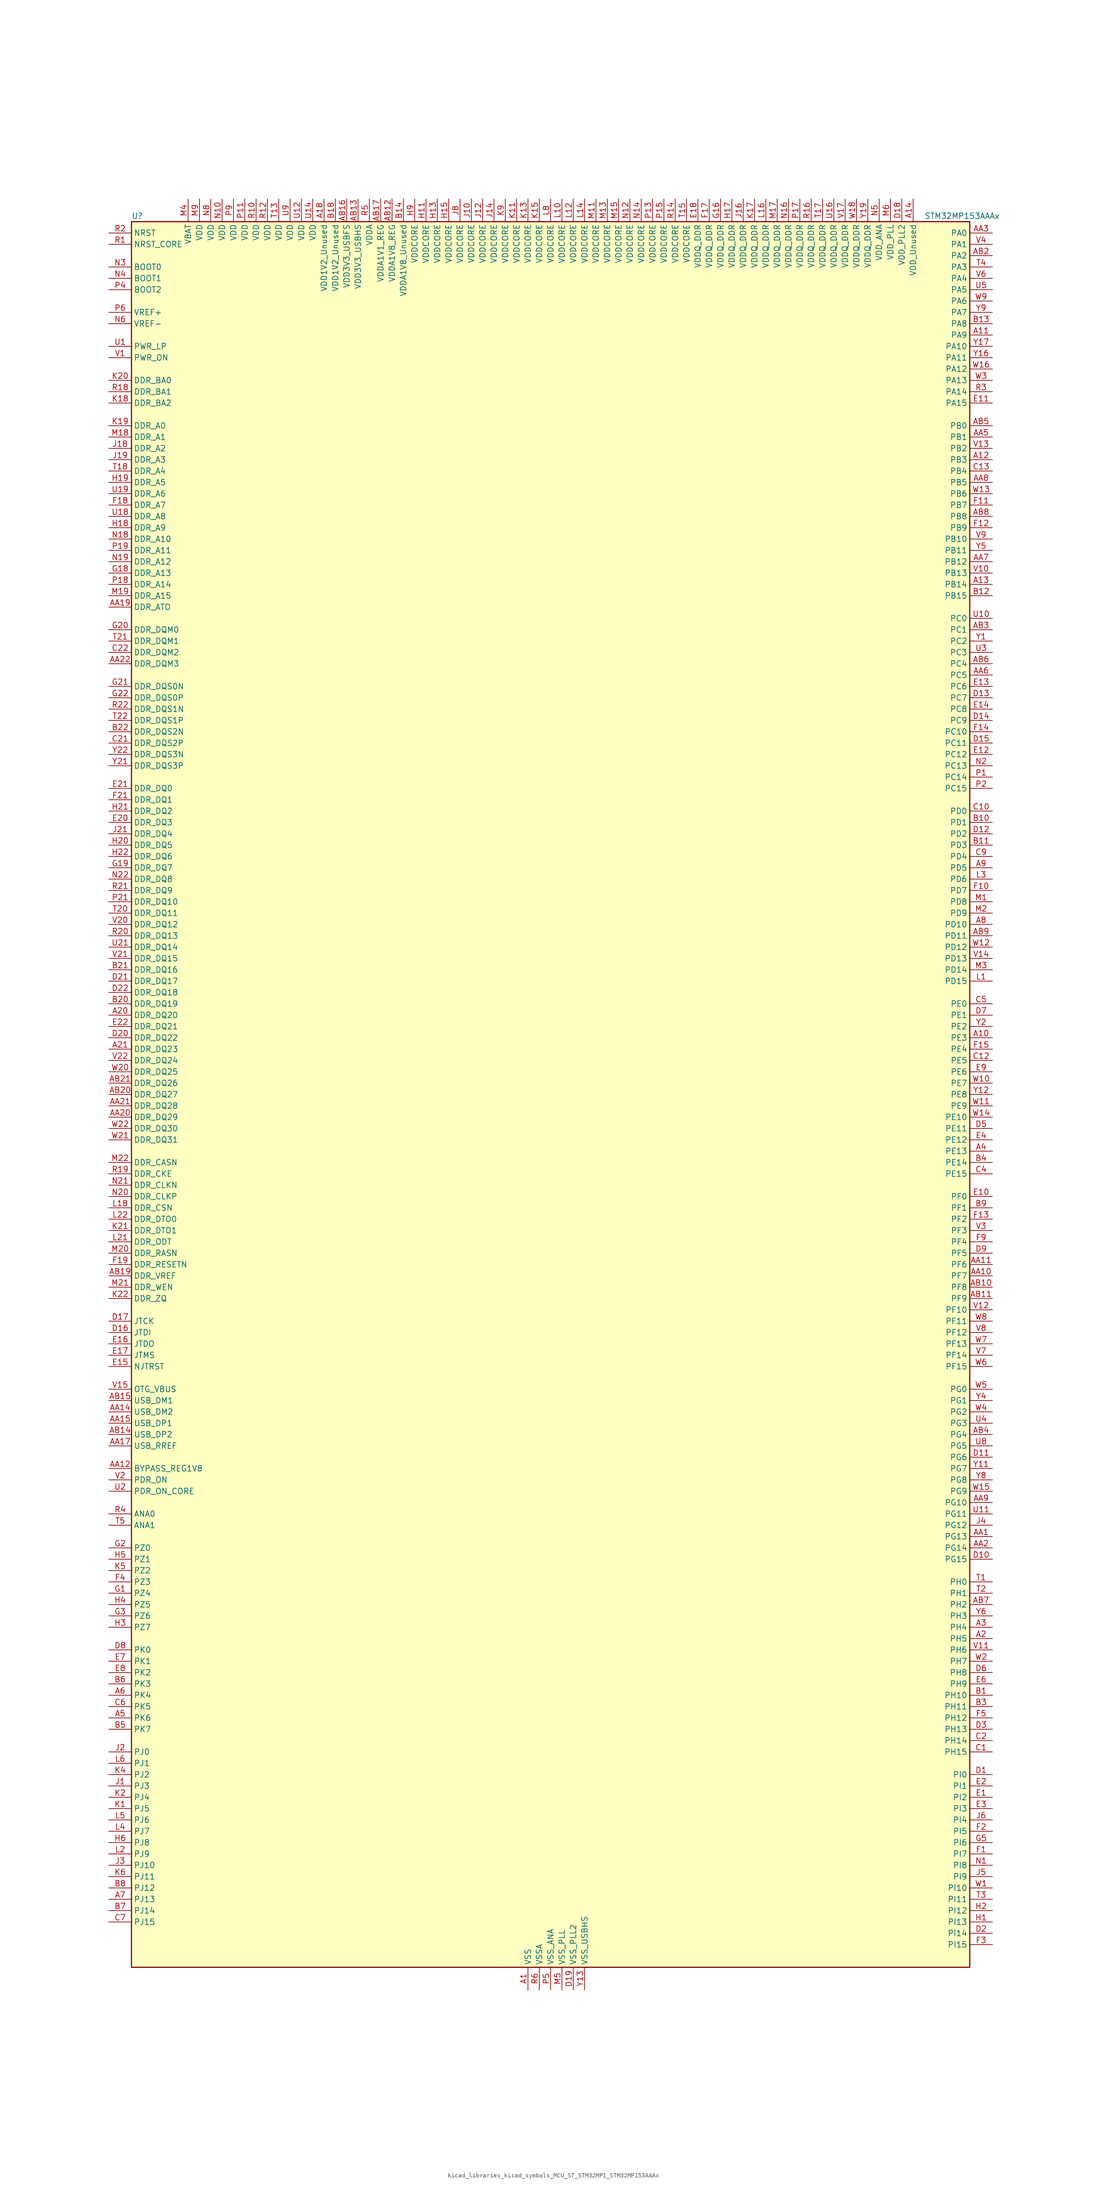
<source format=kicad_sym>
(kicad_symbol_lib
  (version 20220914)
  (generator kicad_symbol_editor)
  (symbol "kicad_libraries_kicad_symbols_MCU_ST_STM32MP1_STM32MP153AAAx"
    (property "Reference" "U"
      (at -93.98 196.85 0)
      (effects (font (size 1.27 1.27)) (justify left)))
    (property "Value" "STM32MP153AAAx"
      (at 83.82 196.85 0)
      (effects (font (size 1.27 1.27)) (justify left)))
    (property "ki_locked" ""
      (at 0 0 0)
      (effects (font (size 1.27 1.27))))
    (symbol "kicad_libraries_kicad_symbols_MCU_ST_STM32MP1_STM32MP153AAAx_0_1"
      (rectangle (start -93.98 -195.58) (end 93.98 195.58) (stroke (width 0.254) (type default)) (fill (type background))))
    (symbol "kicad_libraries_kicad_symbols_MCU_ST_STM32MP1_STM32MP153AAAx_1_1"
      (pin power_in line (at -5.08 -200.66 90) (length 5.08) (name "VSS" (effects (font (size 1.27 1.27)))) (number "A1" (effects (font (size 1.27 1.27)))))
      (pin bidirectional line (at 99.06 12.7 180) (length 5.08) (name "PE3" (effects (font (size 1.27 1.27)))) (number "A10" (effects (font (size 1.27 1.27)))) (alternate "DEBUG_TRACED0" bidirectional line) (alternate "FMC_A19" bidirectional line) (alternate "SAI1_SD_B" bidirectional line) (alternate "SDMMC2_CK" bidirectional line) (alternate "TIM15_BKIN" bidirectional line))
      (pin bidirectional line (at 99.06 170.18 180) (length 5.08) (name "PA9" (effects (font (size 1.27 1.27)))) (number "A11" (effects (font (size 1.27 1.27)))) (alternate "DAC1_EXTI9" bidirectional line) (alternate "DCMI_D0" bidirectional line) (alternate "I2C3_SMBA" bidirectional line) (alternate "I2S2_CK" bidirectional line) (alternate "LTDC_R5" bidirectional line) (alternate "SDMMC2_CDIR" bidirectional line) (alternate "SDMMC2_D5" bidirectional line) (alternate "SPI2_SCK" bidirectional line) (alternate "TIM1_CH2" bidirectional line) (alternate "USART1_TX" bidirectional line))
      (pin bidirectional line (at 99.06 142.24 180) (length 5.08) (name "PB3" (effects (font (size 1.27 1.27)))) (number "A12" (effects (font (size 1.27 1.27)))) (alternate "DEBUG_TRACED9" bidirectional line) (alternate "I2S1_CK" bidirectional line) (alternate "I2S3_CK" bidirectional line) (alternate "SAI4_CK1" bidirectional line) (alternate "SAI4_MCLK_A" bidirectional line) (alternate "SDMMC2_D2" bidirectional line) (alternate "SPI1_SCK" bidirectional line) (alternate "SPI3_SCK" bidirectional line) (alternate "SPI6_SCK" bidirectional line) (alternate "TIM2_CH2" bidirectional line) (alternate "UART7_RX" bidirectional line))
      (pin bidirectional line (at 99.06 114.3 180) (length 5.08) (name "PB14" (effects (font (size 1.27 1.27)))) (number "A13" (effects (font (size 1.27 1.27)))) (alternate "DFSDM1_DATIN2" bidirectional line) (alternate "I2S2_SDI" bidirectional line) (alternate "SDMMC2_D0" bidirectional line) (alternate "SPI2_MISO" bidirectional line) (alternate "TIM12_CH1" bidirectional line) (alternate "TIM1_CH2N" bidirectional line) (alternate "TIM8_CH2N" bidirectional line) (alternate "USART1_TX" bidirectional line) (alternate "USART3_DE" bidirectional line) (alternate "USART3_RTS" bidirectional line))
      (pin power_in line (at 81.28 200.66 270) (length 5.08) (name "VDD_Unused" (effects (font (size 1.27 1.27)))) (number "A14" (effects (font (size 1.27 1.27)))))
      (pin no_connect line (at -93.98 -195.58 0) (length 5.08) hide (name "DNU" (effects (font (size 1.27 1.27)))) (number "A15" (effects (font (size 1.27 1.27)))))
      (pin no_connect line (at -93.98 -193.04 0) (length 5.08) hide (name "DNU" (effects (font (size 1.27 1.27)))) (number "A16" (effects (font (size 1.27 1.27)))))
      (pin no_connect line (at -93.98 -190.5 0) (length 5.08) hide (name "DNU" (effects (font (size 1.27 1.27)))) (number "A17" (effects (font (size 1.27 1.27)))))
      (pin power_in line (at -50.8 200.66 270) (length 5.08) (name "VDD1V2_Unused" (effects (font (size 1.27 1.27)))) (number "A18" (effects (font (size 1.27 1.27)))))
      (pin passive line (at -5.08 -200.66 90) (length 5.08) hide (name "VSS" (effects (font (size 1.27 1.27)))) (number "A19" (effects (font (size 1.27 1.27)))))
      (pin bidirectional line (at 99.06 -121.92 180) (length 5.08) (name "PH5" (effects (font (size 1.27 1.27)))) (number "A2" (effects (font (size 1.27 1.27)))) (alternate "I2C2_SDA" bidirectional line) (alternate "SAI4_SD_B" bidirectional line) (alternate "SPI5_NSS" bidirectional line))
      (pin bidirectional line (at -99.06 17.78 0) (length 5.08) (name "DDR_DQ20" (effects (font (size 1.27 1.27)))) (number "A20" (effects (font (size 1.27 1.27)))) (alternate "DDR_DQ20" bidirectional line))
      (pin bidirectional line (at -99.06 10.16 0) (length 5.08) (name "DDR_DQ23" (effects (font (size 1.27 1.27)))) (number "A21" (effects (font (size 1.27 1.27)))) (alternate "DDR_DQ23" bidirectional line))
      (pin passive line (at -5.08 -200.66 90) (length 5.08) hide (name "VSS" (effects (font (size 1.27 1.27)))) (number "A22" (effects (font (size 1.27 1.27)))))
      (pin bidirectional line (at 99.06 -119.38 180) (length 5.08) (name "PH4" (effects (font (size 1.27 1.27)))) (number "A3" (effects (font (size 1.27 1.27)))) (alternate "I2C2_SCL" bidirectional line) (alternate "LTDC_G4" bidirectional line) (alternate "LTDC_G5" bidirectional line))
      (pin bidirectional line (at 99.06 -12.7 180) (length 5.08) (name "PE13" (effects (font (size 1.27 1.27)))) (number "A4" (effects (font (size 1.27 1.27)))) (alternate "DCMI_D6" bidirectional line) (alternate "DFSDM1_CKIN5" bidirectional line) (alternate "FMC_D10" bidirectional line) (alternate "FMC_DA10" bidirectional line) (alternate "HDP_HDP2" bidirectional line) (alternate "LTDC_DE" bidirectional line) (alternate "SAI2_FS_B" bidirectional line) (alternate "SPI4_MISO" bidirectional line) (alternate "TIM1_CH3" bidirectional line))
      (pin bidirectional line (at -99.06 -139.7 0) (length 5.08) (name "PK6" (effects (font (size 1.27 1.27)))) (number "A5" (effects (font (size 1.27 1.27)))) (alternate "DEBUG_TRACED7" bidirectional line) (alternate "HDP_HDP7" bidirectional line) (alternate "LTDC_B7" bidirectional line))
      (pin bidirectional line (at -99.06 -134.62 0) (length 5.08) (name "PK4" (effects (font (size 1.27 1.27)))) (number "A6" (effects (font (size 1.27 1.27)))) (alternate "LTDC_B5" bidirectional line))
      (pin bidirectional line (at -99.06 -180.34 0) (length 5.08) (name "PJ13" (effects (font (size 1.27 1.27)))) (number "A7" (effects (font (size 1.27 1.27)))) (alternate "LTDC_B1" bidirectional line) (alternate "LTDC_G4" bidirectional line))
      (pin bidirectional line (at 99.06 38.1 180) (length 5.08) (name "PD10" (effects (font (size 1.27 1.27)))) (number "A8" (effects (font (size 1.27 1.27)))) (alternate "DFSDM1_CKOUT" bidirectional line) (alternate "FMC_D15" bidirectional line) (alternate "FMC_DA15" bidirectional line) (alternate "I2C5_SMBA" bidirectional line) (alternate "I2S3_SDI" bidirectional line) (alternate "LTDC_B3" bidirectional line) (alternate "RTC_REFIN" bidirectional line) (alternate "SAI3_FS_B" bidirectional line) (alternate "SPI3_MISO" bidirectional line) (alternate "TIM16_BKIN" bidirectional line) (alternate "USART3_CK" bidirectional line))
      (pin bidirectional line (at 99.06 50.8 180) (length 5.08) (name "PD5" (effects (font (size 1.27 1.27)))) (number "A9" (effects (font (size 1.27 1.27)))) (alternate "FMC_NWE" bidirectional line) (alternate "SDMMC3_D2" bidirectional line) (alternate "USART2_TX" bidirectional line))
      (pin bidirectional line (at 99.06 -99.06 180) (length 5.08) (name "PG13" (effects (font (size 1.27 1.27)))) (number "AA1" (effects (font (size 1.27 1.27)))) (alternate "DEBUG_TRACED0" bidirectional line) (alternate "ETH1_TXD0" bidirectional line) (alternate "FMC_A24" bidirectional line) (alternate "LPTIM1_OUT" bidirectional line) (alternate "LTDC_R0" bidirectional line) (alternate "SAI1_CK2" bidirectional line) (alternate "SAI1_SCK_A" bidirectional line) (alternate "SAI4_CK1" bidirectional line) (alternate "SAI4_MCLK_A" bidirectional line) (alternate "SPI6_SCK" bidirectional line) (alternate "USART6_CTS" bidirectional line) (alternate "USART6_NSS" bidirectional line))
      (pin bidirectional line (at 99.06 -40.64 180) (length 5.08) (name "PF7" (effects (font (size 1.27 1.27)))) (number "AA10" (effects (font (size 1.27 1.27)))) (alternate "QUADSPI_BK1_IO2" bidirectional line) (alternate "SAI1_MCLK_B" bidirectional line) (alternate "SPI5_SCK" bidirectional line) (alternate "TIM17_CH1" bidirectional line) (alternate "UART7_TX" bidirectional line))
      (pin bidirectional line (at 99.06 -38.1 180) (length 5.08) (name "PF6" (effects (font (size 1.27 1.27)))) (number "AA11" (effects (font (size 1.27 1.27)))) (alternate "QUADSPI_BK1_IO3" bidirectional line) (alternate "SAI1_SD_B" bidirectional line) (alternate "SAI4_SCK_B" bidirectional line) (alternate "SPI5_NSS" bidirectional line) (alternate "TIM16_CH1" bidirectional line) (alternate "UART7_RX" bidirectional line))
      (pin bidirectional line (at -99.06 -83.82 0) (length 5.08) (name "BYPASS_REG1V8" (effects (font (size 1.27 1.27)))) (number "AA12" (effects (font (size 1.27 1.27)))))
      (pin passive line (at 7.62 -200.66 90) (length 5.08) hide (name "VSS_USBHS" (effects (font (size 1.27 1.27)))) (number "AA13" (effects (font (size 1.27 1.27)))))
      (pin bidirectional line (at -99.06 -71.12 0) (length 5.08) (name "USB_DM2" (effects (font (size 1.27 1.27)))) (number "AA14" (effects (font (size 1.27 1.27)))) (alternate "USBH_HS2_DM" bidirectional line) (alternate "USB_OTG_HS_DM" bidirectional line))
      (pin bidirectional line (at -99.06 -73.66 0) (length 5.08) (name "USB_DP1" (effects (font (size 1.27 1.27)))) (number "AA15" (effects (font (size 1.27 1.27)))) (alternate "USBH_HS1_DP" bidirectional line))
      (pin passive line (at 7.62 -200.66 90) (length 5.08) hide (name "VSS_USBHS" (effects (font (size 1.27 1.27)))) (number "AA16" (effects (font (size 1.27 1.27)))))
      (pin bidirectional line (at -99.06 -78.74 0) (length 5.08) (name "USB_RREF" (effects (font (size 1.27 1.27)))) (number "AA17" (effects (font (size 1.27 1.27)))))
      (pin passive line (at -5.08 -200.66 90) (length 5.08) hide (name "VSS" (effects (font (size 1.27 1.27)))) (number "AA18" (effects (font (size 1.27 1.27)))))
      (pin bidirectional line (at -99.06 109.22 0) (length 5.08) (name "DDR_ATO" (effects (font (size 1.27 1.27)))) (number "AA19" (effects (font (size 1.27 1.27)))) (alternate "DDR_ATO" bidirectional line))
      (pin bidirectional line (at 99.06 -101.6 180) (length 5.08) (name "PG14" (effects (font (size 1.27 1.27)))) (number "AA2" (effects (font (size 1.27 1.27)))) (alternate "DEBUG_TRACED1" bidirectional line) (alternate "ETH1_TXD1" bidirectional line) (alternate "FMC_A25" bidirectional line) (alternate "LPTIM1_ETR" bidirectional line) (alternate "LTDC_B0" bidirectional line) (alternate "QUADSPI_BK2_IO3" bidirectional line) (alternate "SAI4_D1" bidirectional line) (alternate "SAI4_SD_A" bidirectional line) (alternate "SPI6_MOSI" bidirectional line) (alternate "USART6_TX" bidirectional line))
      (pin bidirectional line (at -99.06 -5.08 0) (length 5.08) (name "DDR_DQ29" (effects (font (size 1.27 1.27)))) (number "AA20" (effects (font (size 1.27 1.27)))) (alternate "DDR_DQ29" bidirectional line))
      (pin bidirectional line (at -99.06 -2.54 0) (length 5.08) (name "DDR_DQ28" (effects (font (size 1.27 1.27)))) (number "AA21" (effects (font (size 1.27 1.27)))) (alternate "DDR_DQ28" bidirectional line))
      (pin bidirectional line (at -99.06 96.52 0) (length 5.08) (name "DDR_DQM3" (effects (font (size 1.27 1.27)))) (number "AA22" (effects (font (size 1.27 1.27)))) (alternate "DDR_DQM3" bidirectional line))
      (pin bidirectional line (at 99.06 193.04 180) (length 5.08) (name "PA0" (effects (font (size 1.27 1.27)))) (number "AA3" (effects (font (size 1.27 1.27)))) (alternate "ADC1_INP16" bidirectional line) (alternate "ETH1_CRS" bidirectional line) (alternate "PWR_WKUP1" bidirectional line) (alternate "SAI2_SD_B" bidirectional line) (alternate "SDMMC2_CMD" bidirectional line) (alternate "TIM15_BKIN" bidirectional line) (alternate "TIM2_CH1" bidirectional line) (alternate "TIM2_ETR" bidirectional line) (alternate "TIM5_CH1" bidirectional line) (alternate "TIM8_ETR" bidirectional line) (alternate "UART4_TX" bidirectional line) (alternate "USART2_CTS" bidirectional line) (alternate "USART2_NSS" bidirectional line))
      (pin passive line (at -5.08 -200.66 90) (length 5.08) hide (name "VSS" (effects (font (size 1.27 1.27)))) (number "AA4" (effects (font (size 1.27 1.27)))))
      (pin bidirectional line (at 99.06 147.32 180) (length 5.08) (name "PB1" (effects (font (size 1.27 1.27)))) (number "AA5" (effects (font (size 1.27 1.27)))) (alternate "ADC1_INP5" bidirectional line) (alternate "ADC2_INP5" bidirectional line) (alternate "DFSDM1_DATIN1" bidirectional line) (alternate "ETH1_RXD3" bidirectional line) (alternate "LTDC_G0" bidirectional line) (alternate "LTDC_R6" bidirectional line) (alternate "TIM1_CH3N" bidirectional line) (alternate "TIM3_CH4" bidirectional line) (alternate "TIM8_CH3N" bidirectional line))
      (pin bidirectional line (at 99.06 93.98 180) (length 5.08) (name "PC5" (effects (font (size 1.27 1.27)))) (number "AA6" (effects (font (size 1.27 1.27)))) (alternate "ADC1_INN4" bidirectional line) (alternate "ADC1_INP8" bidirectional line) (alternate "ADC2_INN4" bidirectional line) (alternate "ADC2_INP8" bidirectional line) (alternate "DFSDM1_DATIN2" bidirectional line) (alternate "ETH1_RXD1" bidirectional line) (alternate "SAI1_D3" bidirectional line) (alternate "SAI1_D4" bidirectional line) (alternate "SAI4_D3" bidirectional line) (alternate "SAI4_D4" bidirectional line) (alternate "SPDIFRX_IN3" bidirectional line))
      (pin bidirectional line (at 99.06 119.38 180) (length 5.08) (name "PB12" (effects (font (size 1.27 1.27)))) (number "AA7" (effects (font (size 1.27 1.27)))) (alternate "DFSDM1_DATIN1" bidirectional line) (alternate "ETH1_TXD0" bidirectional line) (alternate "FDCAN2_RX" bidirectional line) (alternate "I2C2_SMBA" bidirectional line) (alternate "I2C6_SMBA" bidirectional line) (alternate "I2S2_WS" bidirectional line) (alternate "SPI2_NSS" bidirectional line) (alternate "TIM1_BKIN" bidirectional line) (alternate "UART5_RX" bidirectional line) (alternate "USART3_CK" bidirectional line) (alternate "USART3_RX" bidirectional line))
      (pin bidirectional line (at 99.06 137.16 180) (length 5.08) (name "PB5" (effects (font (size 1.27 1.27)))) (number "AA8" (effects (font (size 1.27 1.27)))) (alternate "DCMI_D10" bidirectional line) (alternate "ETH1_CLK" bidirectional line) (alternate "ETH1_PPS_OUT" bidirectional line) (alternate "FDCAN2_RX" bidirectional line) (alternate "I2C1_SMBA" bidirectional line) (alternate "I2C4_SMBA" bidirectional line) (alternate "I2S1_SDO" bidirectional line) (alternate "I2S3_SDO" bidirectional line) (alternate "LTDC_G7" bidirectional line) (alternate "SAI4_D1" bidirectional line) (alternate "SAI4_SD_A" bidirectional line) (alternate "SPI1_MOSI" bidirectional line) (alternate "SPI3_MOSI" bidirectional line) (alternate "SPI6_MOSI" bidirectional line) (alternate "TIM17_BKIN" bidirectional line) (alternate "TIM3_CH2" bidirectional line) (alternate "UART5_RX" bidirectional line))
      (pin bidirectional line (at 99.06 -91.44 180) (length 5.08) (name "PG10" (effects (font (size 1.27 1.27)))) (number "AA9" (effects (font (size 1.27 1.27)))) (alternate "DCMI_D2" bidirectional line) (alternate "DEBUG_TRACED10" bidirectional line) (alternate "FMC_NE3" bidirectional line) (alternate "LTDC_B2" bidirectional line) (alternate "LTDC_G3" bidirectional line) (alternate "QUADSPI_BK2_IO2" bidirectional line) (alternate "SAI2_SD_B" bidirectional line) (alternate "UART8_CTS" bidirectional line))
      (pin passive line (at -5.08 -200.66 90) (length 5.08) hide (name "VSS" (effects (font (size 1.27 1.27)))) (number "AB1" (effects (font (size 1.27 1.27)))))
      (pin bidirectional line (at 99.06 -43.18 180) (length 5.08) (name "PF8" (effects (font (size 1.27 1.27)))) (number "AB10" (effects (font (size 1.27 1.27)))) (alternate "DEBUG_TRACED12" bidirectional line) (alternate "QUADSPI_BK1_IO0" bidirectional line) (alternate "SAI1_SCK_B" bidirectional line) (alternate "SPI5_MISO" bidirectional line) (alternate "TIM13_CH1" bidirectional line) (alternate "TIM16_CH1N" bidirectional line) (alternate "UART7_DE" bidirectional line) (alternate "UART7_RTS" bidirectional line))
      (pin bidirectional line (at 99.06 -45.72 180) (length 5.08) (name "PF9" (effects (font (size 1.27 1.27)))) (number "AB11" (effects (font (size 1.27 1.27)))) (alternate "DAC1_EXTI9" bidirectional line) (alternate "DEBUG_TRACED13" bidirectional line) (alternate "QUADSPI_BK1_IO1" bidirectional line) (alternate "SAI1_FS_B" bidirectional line) (alternate "SPI5_MOSI" bidirectional line) (alternate "TIM14_CH1" bidirectional line) (alternate "TIM17_CH1N" bidirectional line) (alternate "UART7_CTS" bidirectional line))
      (pin power_in line (at -35.56 200.66 270) (length 5.08) (name "VDDA1V8_REG" (effects (font (size 1.27 1.27)))) (number "AB12" (effects (font (size 1.27 1.27)))))
      (pin power_in line (at -43.18 200.66 270) (length 5.08) (name "VDD3V3_USBHS" (effects (font (size 1.27 1.27)))) (number "AB13" (effects (font (size 1.27 1.27)))))
      (pin bidirectional line (at -99.06 -76.2 0) (length 5.08) (name "USB_DP2" (effects (font (size 1.27 1.27)))) (number "AB14" (effects (font (size 1.27 1.27)))) (alternate "USBH_HS2_DP" bidirectional line) (alternate "USB_OTG_HS_DP" bidirectional line))
      (pin bidirectional line (at -99.06 -68.58 0) (length 5.08) (name "USB_DM1" (effects (font (size 1.27 1.27)))) (number "AB15" (effects (font (size 1.27 1.27)))) (alternate "USBH_HS1_DM" bidirectional line))
      (pin power_in line (at -45.72 200.66 270) (length 5.08) (name "VDD3V3_USBFS" (effects (font (size 1.27 1.27)))) (number "AB16" (effects (font (size 1.27 1.27)))))
      (pin power_in line (at -38.1 200.66 270) (length 5.08) (name "VDDA1V1_REG" (effects (font (size 1.27 1.27)))) (number "AB17" (effects (font (size 1.27 1.27)))))
      (pin passive line (at -5.08 -200.66 90) (length 5.08) hide (name "VSS" (effects (font (size 1.27 1.27)))) (number "AB18" (effects (font (size 1.27 1.27)))))
      (pin bidirectional line (at -99.06 -40.64 0) (length 5.08) (name "DDR_VREF" (effects (font (size 1.27 1.27)))) (number "AB19" (effects (font (size 1.27 1.27)))) (alternate "DDR_VREF" bidirectional line))
      (pin bidirectional line (at 99.06 187.96 180) (length 5.08) (name "PA2" (effects (font (size 1.27 1.27)))) (number "AB2" (effects (font (size 1.27 1.27)))) (alternate "ADC1_INP14" bidirectional line) (alternate "ETH1_MDIO" bidirectional line) (alternate "LPTIM4_OUT" bidirectional line) (alternate "LTDC_R1" bidirectional line) (alternate "PWR_WKUP2" bidirectional line) (alternate "SAI2_SCK_B" bidirectional line) (alternate "SDMMC2_D0DIR" bidirectional line) (alternate "TIM15_CH1" bidirectional line) (alternate "TIM2_CH3" bidirectional line) (alternate "TIM5_CH3" bidirectional line) (alternate "USART2_TX" bidirectional line))
      (pin bidirectional line (at -99.06 0 0) (length 5.08) (name "DDR_DQ27" (effects (font (size 1.27 1.27)))) (number "AB20" (effects (font (size 1.27 1.27)))) (alternate "DDR_DQ27" bidirectional line))
      (pin bidirectional line (at -99.06 2.54 0) (length 5.08) (name "DDR_DQ26" (effects (font (size 1.27 1.27)))) (number "AB21" (effects (font (size 1.27 1.27)))) (alternate "DDR_DQ26" bidirectional line))
      (pin passive line (at -5.08 -200.66 90) (length 5.08) hide (name "VSS" (effects (font (size 1.27 1.27)))) (number "AB22" (effects (font (size 1.27 1.27)))))
      (pin bidirectional line (at 99.06 104.14 180) (length 5.08) (name "PC1" (effects (font (size 1.27 1.27)))) (number "AB3" (effects (font (size 1.27 1.27)))) (alternate "ADC1_INN10" bidirectional line) (alternate "ADC1_INP11" bidirectional line) (alternate "ADC2_INN10" bidirectional line) (alternate "ADC2_INP11" bidirectional line) (alternate "DEBUG_TRACED0" bidirectional line) (alternate "DFSDM1_CKIN4" bidirectional line) (alternate "DFSDM1_DATIN0" bidirectional line) (alternate "ETH1_MDC" bidirectional line) (alternate "I2S2_SDO" bidirectional line) (alternate "PWR_WKUP6" bidirectional line) (alternate "SAI1_D1" bidirectional line) (alternate "SAI1_SD_A" bidirectional line) (alternate "SDMMC2_CK" bidirectional line) (alternate "SPI2_MOSI" bidirectional line) (alternate "TAMP_IN3" bidirectional line))
      (pin bidirectional line (at 99.06 -76.2 180) (length 5.08) (name "PG4" (effects (font (size 1.27 1.27)))) (number "AB4" (effects (font (size 1.27 1.27)))) (alternate "ETH1_GTX_CLK" bidirectional line) (alternate "FMC_A14" bidirectional line) (alternate "TIM1_BKIN2" bidirectional line))
      (pin bidirectional line (at 99.06 149.86 180) (length 5.08) (name "PB0" (effects (font (size 1.27 1.27)))) (number "AB5" (effects (font (size 1.27 1.27)))) (alternate "ADC1_INN5" bidirectional line) (alternate "ADC1_INP9" bidirectional line) (alternate "ADC2_INN5" bidirectional line) (alternate "ADC2_INP9" bidirectional line) (alternate "DFSDM1_CKOUT" bidirectional line) (alternate "ETH1_RXD2" bidirectional line) (alternate "LTDC_G1" bidirectional line) (alternate "LTDC_R3" bidirectional line) (alternate "TIM1_CH2N" bidirectional line) (alternate "TIM3_CH3" bidirectional line) (alternate "TIM8_CH2N" bidirectional line) (alternate "UART4_CTS" bidirectional line))
      (pin bidirectional line (at 99.06 96.52 180) (length 5.08) (name "PC4" (effects (font (size 1.27 1.27)))) (number "AB6" (effects (font (size 1.27 1.27)))) (alternate "ADC1_INP4" bidirectional line) (alternate "ADC2_INP4" bidirectional line) (alternate "DFSDM1_CKIN2" bidirectional line) (alternate "ETH1_RXD0" bidirectional line) (alternate "I2S1_MCK" bidirectional line) (alternate "SPDIFRX_IN2" bidirectional line))
      (pin bidirectional line (at 99.06 -114.3 180) (length 5.08) (name "PH2" (effects (font (size 1.27 1.27)))) (number "AB7" (effects (font (size 1.27 1.27)))) (alternate "ETH1_CRS" bidirectional line) (alternate "LPTIM1_IN2" bidirectional line) (alternate "LTDC_R0" bidirectional line) (alternate "QUADSPI_BK2_IO0" bidirectional line) (alternate "SAI2_SCK_B" bidirectional line))
      (pin bidirectional line (at 99.06 129.54 180) (length 5.08) (name "PB8" (effects (font (size 1.27 1.27)))) (number "AB8" (effects (font (size 1.27 1.27)))) (alternate "DCMI_D6" bidirectional line) (alternate "DFSDM1_CKIN7" bidirectional line) (alternate "ETH1_TXD3" bidirectional line) (alternate "FDCAN1_RX" bidirectional line) (alternate "HDP_HDP6" bidirectional line) (alternate "I2C1_SCL" bidirectional line) (alternate "I2C4_SCL" bidirectional line) (alternate "LTDC_B6" bidirectional line) (alternate "SDMMC1_CKIN" bidirectional line) (alternate "SDMMC1_D4" bidirectional line) (alternate "SDMMC2_CKIN" bidirectional line) (alternate "SDMMC2_D4" bidirectional line) (alternate "TIM16_CH1" bidirectional line) (alternate "TIM4_CH3" bidirectional line) (alternate "UART4_RX" bidirectional line))
      (pin bidirectional line (at 99.06 35.56 180) (length 5.08) (name "PD11" (effects (font (size 1.27 1.27)))) (number "AB9" (effects (font (size 1.27 1.27)))) (alternate "ADC1_EXTI11" bidirectional line) (alternate "ADC2_EXTI11" bidirectional line) (alternate "FMC_A16" bidirectional line) (alternate "FMC_CLE" bidirectional line) (alternate "I2C1_SMBA" bidirectional line) (alternate "I2C4_SMBA" bidirectional line) (alternate "LPTIM2_IN2" bidirectional line) (alternate "QUADSPI_BK1_IO0" bidirectional line) (alternate "SAI2_SD_A" bidirectional line) (alternate "USART3_CTS" bidirectional line) (alternate "USART3_NSS" bidirectional line))
      (pin bidirectional line (at 99.06 -134.62 180) (length 5.08) (name "PH10" (effects (font (size 1.27 1.27)))) (number "B1" (effects (font (size 1.27 1.27)))) (alternate "DCMI_D1" bidirectional line) (alternate "I2C1_SMBA" bidirectional line) (alternate "I2C4_SMBA" bidirectional line) (alternate "LTDC_R4" bidirectional line) (alternate "TIM5_CH1" bidirectional line))
      (pin bidirectional line (at 99.06 60.96 180) (length 5.08) (name "PD1" (effects (font (size 1.27 1.27)))) (number "B10" (effects (font (size 1.27 1.27)))) (alternate "DFSDM1_CKIN7" bidirectional line) (alternate "DFSDM1_DATIN6" bidirectional line) (alternate "FDCAN1_TX" bidirectional line) (alternate "FMC_D3" bidirectional line) (alternate "FMC_DA3" bidirectional line) (alternate "I2C5_SCL" bidirectional line) (alternate "I2C6_SCL" bidirectional line) (alternate "SAI3_SD_A" bidirectional line) (alternate "SDMMC3_D0" bidirectional line) (alternate "UART4_TX" bidirectional line))
      (pin bidirectional line (at 99.06 55.88 180) (length 5.08) (name "PD3" (effects (font (size 1.27 1.27)))) (number "B11" (effects (font (size 1.27 1.27)))) (alternate "DCMI_D5" bidirectional line) (alternate "DFSDM1_CKOUT" bidirectional line) (alternate "DFSDM1_DATIN0" bidirectional line) (alternate "FMC_CLK" bidirectional line) (alternate "HDP_HDP5" bidirectional line) (alternate "I2S2_CK" bidirectional line) (alternate "LTDC_G7" bidirectional line) (alternate "SDMMC1_D123DIR" bidirectional line) (alternate "SDMMC1_D7" bidirectional line) (alternate "SDMMC2_D123DIR" bidirectional line) (alternate "SDMMC2_D7" bidirectional line) (alternate "SPI2_SCK" bidirectional line) (alternate "USART2_CTS" bidirectional line) (alternate "USART2_NSS" bidirectional line))
      (pin bidirectional line (at 99.06 111.76 180) (length 5.08) (name "PB15" (effects (font (size 1.27 1.27)))) (number "B12" (effects (font (size 1.27 1.27)))) (alternate "ADC1_EXTI15" bidirectional line) (alternate "ADC2_EXTI15" bidirectional line) (alternate "DFSDM1_CKIN2" bidirectional line) (alternate "I2S2_SDO" bidirectional line) (alternate "RTC_REFIN" bidirectional line) (alternate "SDMMC2_D1" bidirectional line) (alternate "SPI2_MOSI" bidirectional line) (alternate "TIM12_CH2" bidirectional line) (alternate "TIM1_CH3N" bidirectional line) (alternate "TIM8_CH3N" bidirectional line) (alternate "USART1_RX" bidirectional line))
      (pin bidirectional line (at 99.06 172.72 180) (length 5.08) (name "PA8" (effects (font (size 1.27 1.27)))) (number "B13" (effects (font (size 1.27 1.27)))) (alternate "I2C3_SCL" bidirectional line) (alternate "I2S3_SDO" bidirectional line) (alternate "LTDC_R6" bidirectional line) (alternate "RCC_MCO_1" bidirectional line) (alternate "SAI4_SD_B" bidirectional line) (alternate "SDMMC2_CKIN" bidirectional line) (alternate "SDMMC2_D4" bidirectional line) (alternate "SPI3_MOSI" bidirectional line) (alternate "TIM1_CH1" bidirectional line) (alternate "TIM8_BKIN2" bidirectional line) (alternate "UART7_RX" bidirectional line) (alternate "USART1_CK" bidirectional line) (alternate "USB_OTG_HS_SOF" bidirectional line))
      (pin power_in line (at -33.02 200.66 270) (length 5.08) (name "VDDA1V8_Unused" (effects (font (size 1.27 1.27)))) (number "B14" (effects (font (size 1.27 1.27)))))
      (pin no_connect line (at -93.98 -187.96 0) (length 5.08) hide (name "DNU" (effects (font (size 1.27 1.27)))) (number "B15" (effects (font (size 1.27 1.27)))))
      (pin no_connect line (at -93.98 -185.42 0) (length 5.08) hide (name "DNU" (effects (font (size 1.27 1.27)))) (number "B16" (effects (font (size 1.27 1.27)))))
      (pin no_connect line (at -93.98 -182.88 0) (length 5.08) hide (name "DNU" (effects (font (size 1.27 1.27)))) (number "B17" (effects (font (size 1.27 1.27)))))
      (pin power_in line (at -48.26 200.66 270) (length 5.08) (name "VDD1V2_Unused" (effects (font (size 1.27 1.27)))) (number "B18" (effects (font (size 1.27 1.27)))))
      (pin passive line (at -5.08 -200.66 90) (length 5.08) hide (name "VSS" (effects (font (size 1.27 1.27)))) (number "B19" (effects (font (size 1.27 1.27)))))
      (pin passive line (at -5.08 -200.66 90) (length 5.08) hide (name "VSS" (effects (font (size 1.27 1.27)))) (number "B2" (effects (font (size 1.27 1.27)))))
      (pin bidirectional line (at -99.06 20.32 0) (length 5.08) (name "DDR_DQ19" (effects (font (size 1.27 1.27)))) (number "B20" (effects (font (size 1.27 1.27)))) (alternate "DDR_DQ19" bidirectional line))
      (pin bidirectional line (at -99.06 27.94 0) (length 5.08) (name "DDR_DQ16" (effects (font (size 1.27 1.27)))) (number "B21" (effects (font (size 1.27 1.27)))) (alternate "DDR_DQ16" bidirectional line))
      (pin bidirectional line (at -99.06 81.28 0) (length 5.08) (name "DDR_DQS2N" (effects (font (size 1.27 1.27)))) (number "B22" (effects (font (size 1.27 1.27)))) (alternate "DDR_DQS2N" bidirectional line))
      (pin bidirectional line (at 99.06 -137.16 180) (length 5.08) (name "PH11" (effects (font (size 1.27 1.27)))) (number "B3" (effects (font (size 1.27 1.27)))) (alternate "ADC1_EXTI11" bidirectional line) (alternate "ADC2_EXTI11" bidirectional line) (alternate "DCMI_D2" bidirectional line) (alternate "I2C1_SCL" bidirectional line) (alternate "I2C4_SCL" bidirectional line) (alternate "LTDC_R5" bidirectional line) (alternate "TIM5_CH2" bidirectional line))
      (pin bidirectional line (at 99.06 -15.24 180) (length 5.08) (name "PE14" (effects (font (size 1.27 1.27)))) (number "B4" (effects (font (size 1.27 1.27)))) (alternate "FMC_D11" bidirectional line) (alternate "FMC_DA11" bidirectional line) (alternate "LTDC_CLK" bidirectional line) (alternate "LTDC_G0" bidirectional line) (alternate "SAI2_MCLK_B" bidirectional line) (alternate "SDMMC1_D123DIR" bidirectional line) (alternate "SPI4_MOSI" bidirectional line) (alternate "TIM1_CH4" bidirectional line) (alternate "UART8_DE" bidirectional line) (alternate "UART8_RTS" bidirectional line))
      (pin bidirectional line (at -99.06 -142.24 0) (length 5.08) (name "PK7" (effects (font (size 1.27 1.27)))) (number "B5" (effects (font (size 1.27 1.27)))) (alternate "LTDC_DE" bidirectional line))
      (pin bidirectional line (at -99.06 -132.08 0) (length 5.08) (name "PK3" (effects (font (size 1.27 1.27)))) (number "B6" (effects (font (size 1.27 1.27)))) (alternate "LTDC_B4" bidirectional line))
      (pin bidirectional line (at -99.06 -182.88 0) (length 5.08) (name "PJ14" (effects (font (size 1.27 1.27)))) (number "B7" (effects (font (size 1.27 1.27)))) (alternate "LTDC_B2" bidirectional line))
      (pin bidirectional line (at -99.06 -177.8 0) (length 5.08) (name "PJ12" (effects (font (size 1.27 1.27)))) (number "B8" (effects (font (size 1.27 1.27)))) (alternate "LTDC_B0" bidirectional line) (alternate "LTDC_G3" bidirectional line))
      (pin bidirectional line (at 99.06 -25.4 180) (length 5.08) (name "PF1" (effects (font (size 1.27 1.27)))) (number "B9" (effects (font (size 1.27 1.27)))) (alternate "FMC_A1" bidirectional line) (alternate "I2C2_SCL" bidirectional line) (alternate "SDMMC3_CDIR" bidirectional line) (alternate "SDMMC3_CMD" bidirectional line))
      (pin bidirectional line (at 99.06 -147.32 180) (length 5.08) (name "PH15" (effects (font (size 1.27 1.27)))) (number "C1" (effects (font (size 1.27 1.27)))) (alternate "ADC1_EXTI15" bidirectional line) (alternate "ADC2_EXTI15" bidirectional line) (alternate "DCMI_D11" bidirectional line) (alternate "LTDC_G4" bidirectional line) (alternate "TIM8_CH3N" bidirectional line))
      (pin bidirectional line (at 99.06 63.5 180) (length 5.08) (name "PD0" (effects (font (size 1.27 1.27)))) (number "C10" (effects (font (size 1.27 1.27)))) (alternate "DFSDM1_CKIN6" bidirectional line) (alternate "DFSDM1_DATIN7" bidirectional line) (alternate "FDCAN1_RX" bidirectional line) (alternate "FMC_D2" bidirectional line) (alternate "FMC_DA2" bidirectional line) (alternate "I2C5_SDA" bidirectional line) (alternate "I2C6_SDA" bidirectional line) (alternate "SAI3_SCK_A" bidirectional line) (alternate "SDMMC3_CMD" bidirectional line) (alternate "UART4_RX" bidirectional line))
      (pin passive line (at -5.08 -200.66 90) (length 5.08) hide (name "VSS" (effects (font (size 1.27 1.27)))) (number "C11" (effects (font (size 1.27 1.27)))))
      (pin bidirectional line (at 99.06 7.62 180) (length 5.08) (name "PE5" (effects (font (size 1.27 1.27)))) (number "C12" (effects (font (size 1.27 1.27)))) (alternate "DCMI_D6" bidirectional line) (alternate "DEBUG_TRACED3" bidirectional line) (alternate "DFSDM1_CKIN3" bidirectional line) (alternate "FMC_A21" bidirectional line) (alternate "LTDC_G0" bidirectional line) (alternate "SAI1_CK2" bidirectional line) (alternate "SAI1_SCK_A" bidirectional line) (alternate "SDMMC1_D0DIR" bidirectional line) (alternate "SDMMC1_D6" bidirectional line) (alternate "SDMMC2_D0DIR" bidirectional line) (alternate "SDMMC2_D6" bidirectional line) (alternate "SPI4_MISO" bidirectional line) (alternate "TIM15_CH1" bidirectional line))
      (pin bidirectional line (at 99.06 139.7 180) (length 5.08) (name "PB4" (effects (font (size 1.27 1.27)))) (number "C13" (effects (font (size 1.27 1.27)))) (alternate "DEBUG_TRACED8" bidirectional line) (alternate "I2S1_SDI" bidirectional line) (alternate "I2S2_WS" bidirectional line) (alternate "I2S3_SDI" bidirectional line) (alternate "SAI4_CK2" bidirectional line) (alternate "SAI4_SCK_A" bidirectional line) (alternate "SDMMC2_D3" bidirectional line) (alternate "SPI1_MISO" bidirectional line) (alternate "SPI2_NSS" bidirectional line) (alternate "SPI3_MISO" bidirectional line) (alternate "SPI6_MISO" bidirectional line) (alternate "TIM16_BKIN" bidirectional line) (alternate "TIM3_CH1" bidirectional line) (alternate "UART7_TX" bidirectional line))
      (pin passive line (at -5.08 -200.66 90) (length 5.08) hide (name "VSS" (effects (font (size 1.27 1.27)))) (number "C14" (effects (font (size 1.27 1.27)))))
      (pin passive line (at -5.08 -200.66 90) (length 5.08) hide (name "VSS" (effects (font (size 1.27 1.27)))) (number "C15" (effects (font (size 1.27 1.27)))))
      (pin passive line (at -5.08 -200.66 90) (length 5.08) hide (name "VSS" (effects (font (size 1.27 1.27)))) (number "C16" (effects (font (size 1.27 1.27)))))
      (pin passive line (at -5.08 -200.66 90) (length 5.08) hide (name "VSS" (effects (font (size 1.27 1.27)))) (number "C17" (effects (font (size 1.27 1.27)))))
      (pin passive line (at -5.08 -200.66 90) (length 5.08) hide (name "VSS" (effects (font (size 1.27 1.27)))) (number "C18" (effects (font (size 1.27 1.27)))))
      (pin passive line (at -5.08 -200.66 90) (length 5.08) hide (name "VSS" (effects (font (size 1.27 1.27)))) (number "C19" (effects (font (size 1.27 1.27)))))
      (pin bidirectional line (at 99.06 -144.78 180) (length 5.08) (name "PH14" (effects (font (size 1.27 1.27)))) (number "C2" (effects (font (size 1.27 1.27)))) (alternate "DCMI_D4" bidirectional line) (alternate "FDCAN1_RX" bidirectional line) (alternate "LTDC_G3" bidirectional line) (alternate "TIM8_CH2N" bidirectional line) (alternate "UART4_RX" bidirectional line))
      (pin passive line (at -5.08 -200.66 90) (length 5.08) hide (name "VSS" (effects (font (size 1.27 1.27)))) (number "C20" (effects (font (size 1.27 1.27)))))
      (pin bidirectional line (at -99.06 78.74 0) (length 5.08) (name "DDR_DQS2P" (effects (font (size 1.27 1.27)))) (number "C21" (effects (font (size 1.27 1.27)))) (alternate "DDR_DQS2P" bidirectional line))
      (pin bidirectional line (at -99.06 99.06 0) (length 5.08) (name "DDR_DQM2" (effects (font (size 1.27 1.27)))) (number "C22" (effects (font (size 1.27 1.27)))) (alternate "DDR_DQM2" bidirectional line))
      (pin passive line (at -5.08 -200.66 90) (length 5.08) hide (name "VSS" (effects (font (size 1.27 1.27)))) (number "C3" (effects (font (size 1.27 1.27)))))
      (pin bidirectional line (at 99.06 -17.78 180) (length 5.08) (name "PE15" (effects (font (size 1.27 1.27)))) (number "C4" (effects (font (size 1.27 1.27)))) (alternate "ADC1_EXTI15" bidirectional line) (alternate "ADC2_EXTI15" bidirectional line) (alternate "FMC_D12" bidirectional line) (alternate "FMC_DA12" bidirectional line) (alternate "FMC_NCE2" bidirectional line) (alternate "HDP_HDP3" bidirectional line) (alternate "LTDC_R7" bidirectional line) (alternate "TIM15_BKIN" bidirectional line) (alternate "TIM1_BKIN" bidirectional line) (alternate "UART8_CTS" bidirectional line) (alternate "USART2_CTS" bidirectional line) (alternate "USART2_NSS" bidirectional line))
      (pin bidirectional line (at 99.06 20.32 180) (length 5.08) (name "PE0" (effects (font (size 1.27 1.27)))) (number "C5" (effects (font (size 1.27 1.27)))) (alternate "DCMI_D2" bidirectional line) (alternate "FMC_NBL0" bidirectional line) (alternate "I2S3_CK" bidirectional line) (alternate "LPTIM1_ETR" bidirectional line) (alternate "LPTIM2_ETR" bidirectional line) (alternate "SAI2_MCLK_A" bidirectional line) (alternate "SAI4_MCLK_B" bidirectional line) (alternate "SPI3_SCK" bidirectional line) (alternate "TIM4_ETR" bidirectional line) (alternate "UART8_RX" bidirectional line))
      (pin bidirectional line (at -99.06 -137.16 0) (length 5.08) (name "PK5" (effects (font (size 1.27 1.27)))) (number "C6" (effects (font (size 1.27 1.27)))) (alternate "DEBUG_TRACED6" bidirectional line) (alternate "HDP_HDP6" bidirectional line) (alternate "LTDC_B6" bidirectional line))
      (pin bidirectional line (at -99.06 -185.42 0) (length 5.08) (name "PJ15" (effects (font (size 1.27 1.27)))) (number "C7" (effects (font (size 1.27 1.27)))) (alternate "ADC1_EXTI15" bidirectional line) (alternate "ADC2_EXTI15" bidirectional line) (alternate "LTDC_B3" bidirectional line))
      (pin passive line (at -5.08 -200.66 90) (length 5.08) hide (name "VSS" (effects (font (size 1.27 1.27)))) (number "C8" (effects (font (size 1.27 1.27)))))
      (pin bidirectional line (at 99.06 53.34 180) (length 5.08) (name "PD4" (effects (font (size 1.27 1.27)))) (number "C9" (effects (font (size 1.27 1.27)))) (alternate "DFSDM1_CKIN0" bidirectional line) (alternate "FMC_NOE" bidirectional line) (alternate "SAI3_FS_A" bidirectional line) (alternate "SDMMC3_D1" bidirectional line) (alternate "USART2_DE" bidirectional line) (alternate "USART2_RTS" bidirectional line))
      (pin bidirectional line (at 99.06 -152.4 180) (length 5.08) (name "PI0" (effects (font (size 1.27 1.27)))) (number "D1" (effects (font (size 1.27 1.27)))) (alternate "DCMI_D13" bidirectional line) (alternate "I2S2_WS" bidirectional line) (alternate "LTDC_G5" bidirectional line) (alternate "SPI2_NSS" bidirectional line) (alternate "TIM5_CH4" bidirectional line))
      (pin bidirectional line (at 99.06 -104.14 180) (length 5.08) (name "PG15" (effects (font (size 1.27 1.27)))) (number "D10" (effects (font (size 1.27 1.27)))) (alternate "ADC1_EXTI15" bidirectional line) (alternate "ADC2_EXTI15" bidirectional line) (alternate "DCMI_D13" bidirectional line) (alternate "DEBUG_TRACED7" bidirectional line) (alternate "I2C2_SDA" bidirectional line) (alternate "SAI1_D2" bidirectional line) (alternate "SAI1_FS_A" bidirectional line) (alternate "SDMMC3_CK" bidirectional line) (alternate "USART6_CTS" bidirectional line) (alternate "USART6_NSS" bidirectional line))
      (pin bidirectional line (at 99.06 -81.28 180) (length 5.08) (name "PG6" (effects (font (size 1.27 1.27)))) (number "D11" (effects (font (size 1.27 1.27)))) (alternate "DCMI_D12" bidirectional line) (alternate "DEBUG_TRACED14" bidirectional line) (alternate "LTDC_R7" bidirectional line) (alternate "SDMMC2_CMD" bidirectional line) (alternate "TIM17_BKIN" bidirectional line))
      (pin bidirectional line (at 99.06 58.42 180) (length 5.08) (name "PD2" (effects (font (size 1.27 1.27)))) (number "D12" (effects (font (size 1.27 1.27)))) (alternate "DCMI_D11" bidirectional line) (alternate "I2C5_SMBA" bidirectional line) (alternate "SDMMC1_CMD" bidirectional line) (alternate "TIM3_ETR" bidirectional line) (alternate "UART4_RX" bidirectional line) (alternate "UART5_RX" bidirectional line))
      (pin bidirectional line (at 99.06 88.9 180) (length 5.08) (name "PC7" (effects (font (size 1.27 1.27)))) (number "D13" (effects (font (size 1.27 1.27)))) (alternate "DCMI_D1" bidirectional line) (alternate "DFSDM1_DATIN3" bidirectional line) (alternate "HDP_HDP4" bidirectional line) (alternate "I2S3_MCK" bidirectional line) (alternate "LTDC_G6" bidirectional line) (alternate "SDMMC1_D123DIR" bidirectional line) (alternate "SDMMC1_D7" bidirectional line) (alternate "SDMMC2_D123DIR" bidirectional line) (alternate "SDMMC2_D7" bidirectional line) (alternate "TIM3_CH2" bidirectional line) (alternate "TIM8_CH2" bidirectional line) (alternate "USART6_RX" bidirectional line))
      (pin bidirectional line (at 99.06 83.82 180) (length 5.08) (name "PC9" (effects (font (size 1.27 1.27)))) (number "D14" (effects (font (size 1.27 1.27)))) (alternate "DAC1_EXTI9" bidirectional line) (alternate "DCMI_D3" bidirectional line) (alternate "DEBUG_TRACED1" bidirectional line) (alternate "I2C3_SDA" bidirectional line) (alternate "I2S_CKIN" bidirectional line) (alternate "LTDC_B2" bidirectional line) (alternate "QUADSPI_BK1_IO0" bidirectional line) (alternate "SDMMC1_D1" bidirectional line) (alternate "TIM3_CH4" bidirectional line) (alternate "TIM8_CH4" bidirectional line) (alternate "UART5_CTS" bidirectional line))
      (pin bidirectional line (at 99.06 78.74 180) (length 5.08) (name "PC11" (effects (font (size 1.27 1.27)))) (number "D15" (effects (font (size 1.27 1.27)))) (alternate "ADC1_EXTI11" bidirectional line) (alternate "ADC2_EXTI11" bidirectional line) (alternate "DCMI_D4" bidirectional line) (alternate "DEBUG_TRACED3" bidirectional line) (alternate "DFSDM1_DATIN5" bidirectional line) (alternate "I2S3_SDI" bidirectional line) (alternate "QUADSPI_BK2_NCS" bidirectional line) (alternate "SAI4_SCK_B" bidirectional line) (alternate "SDMMC1_D3" bidirectional line) (alternate "SPI3_MISO" bidirectional line) (alternate "UART4_RX" bidirectional line) (alternate "USART3_RX" bidirectional line))
      (pin bidirectional line (at -99.06 -53.34 0) (length 5.08) (name "JTDI" (effects (font (size 1.27 1.27)))) (number "D16" (effects (font (size 1.27 1.27)))) (alternate "DEBUG_JTDI" bidirectional line))
      (pin bidirectional line (at -99.06 -50.8 0) (length 5.08) (name "JTCK" (effects (font (size 1.27 1.27)))) (number "D17" (effects (font (size 1.27 1.27)))) (alternate "DEBUG_JTCK-SWCLK" bidirectional line))
      (pin power_in line (at 78.74 200.66 270) (length 5.08) (name "VDD_PLL2" (effects (font (size 1.27 1.27)))) (number "D18" (effects (font (size 1.27 1.27)))))
      (pin power_in line (at 5.08 -200.66 90) (length 5.08) (name "VSS_PLL2" (effects (font (size 1.27 1.27)))) (number "D19" (effects (font (size 1.27 1.27)))))
      (pin bidirectional line (at 99.06 -187.96 180) (length 5.08) (name "PI14" (effects (font (size 1.27 1.27)))) (number "D2" (effects (font (size 1.27 1.27)))) (alternate "DEBUG_TRACECLK" bidirectional line) (alternate "LTDC_CLK" bidirectional line))
      (pin bidirectional line (at -99.06 12.7 0) (length 5.08) (name "DDR_DQ22" (effects (font (size 1.27 1.27)))) (number "D20" (effects (font (size 1.27 1.27)))) (alternate "DDR_DQ22" bidirectional line))
      (pin bidirectional line (at -99.06 25.4 0) (length 5.08) (name "DDR_DQ17" (effects (font (size 1.27 1.27)))) (number "D21" (effects (font (size 1.27 1.27)))) (alternate "DDR_DQ17" bidirectional line))
      (pin bidirectional line (at -99.06 22.86 0) (length 5.08) (name "DDR_DQ18" (effects (font (size 1.27 1.27)))) (number "D22" (effects (font (size 1.27 1.27)))) (alternate "DDR_DQ18" bidirectional line))
      (pin bidirectional line (at 99.06 -142.24 180) (length 5.08) (name "PH13" (effects (font (size 1.27 1.27)))) (number "D3" (effects (font (size 1.27 1.27)))) (alternate "FDCAN1_TX" bidirectional line) (alternate "LTDC_G2" bidirectional line) (alternate "TIM8_CH1N" bidirectional line) (alternate "UART4_TX" bidirectional line))
      (pin passive line (at -5.08 -200.66 90) (length 5.08) hide (name "VSS" (effects (font (size 1.27 1.27)))) (number "D4" (effects (font (size 1.27 1.27)))))
      (pin bidirectional line (at 99.06 -7.62 180) (length 5.08) (name "PE11" (effects (font (size 1.27 1.27)))) (number "D5" (effects (font (size 1.27 1.27)))) (alternate "ADC1_EXTI11" bidirectional line) (alternate "ADC2_EXTI11" bidirectional line) (alternate "DCMI_D4" bidirectional line) (alternate "DFSDM1_CKIN4" bidirectional line) (alternate "FMC_D8" bidirectional line) (alternate "FMC_DA8" bidirectional line) (alternate "LTDC_G3" bidirectional line) (alternate "SAI2_SD_B" bidirectional line) (alternate "SPI4_NSS" bidirectional line) (alternate "TIM1_CH2" bidirectional line) (alternate "USART6_CK" bidirectional line))
      (pin bidirectional line (at 99.06 -129.54 180) (length 5.08) (name "PH8" (effects (font (size 1.27 1.27)))) (number "D6" (effects (font (size 1.27 1.27)))) (alternate "DCMI_HSYNC" bidirectional line) (alternate "I2C3_SDA" bidirectional line) (alternate "LTDC_R2" bidirectional line) (alternate "TIM5_ETR" bidirectional line))
      (pin bidirectional line (at 99.06 17.78 180) (length 5.08) (name "PE1" (effects (font (size 1.27 1.27)))) (number "D7" (effects (font (size 1.27 1.27)))) (alternate "DCMI_D3" bidirectional line) (alternate "FMC_NBL1" bidirectional line) (alternate "I2S2_MCK" bidirectional line) (alternate "LPTIM1_IN2" bidirectional line) (alternate "SAI3_SD_B" bidirectional line) (alternate "UART8_TX" bidirectional line))
      (pin bidirectional line (at -99.06 -124.46 0) (length 5.08) (name "PK0" (effects (font (size 1.27 1.27)))) (number "D8" (effects (font (size 1.27 1.27)))) (alternate "LTDC_G5" bidirectional line) (alternate "SPI5_SCK" bidirectional line) (alternate "TIM1_CH1N" bidirectional line) (alternate "TIM8_CH3" bidirectional line))
      (pin bidirectional line (at 99.06 -35.56 180) (length 5.08) (name "PF5" (effects (font (size 1.27 1.27)))) (number "D9" (effects (font (size 1.27 1.27)))) (alternate "FMC_A5" bidirectional line) (alternate "SDMMC3_D2" bidirectional line) (alternate "USART2_TX" bidirectional line))
      (pin bidirectional line (at 99.06 -157.48 180) (length 5.08) (name "PI2" (effects (font (size 1.27 1.27)))) (number "E1" (effects (font (size 1.27 1.27)))) (alternate "DCMI_D9" bidirectional line) (alternate "I2S2_SDI" bidirectional line) (alternate "LTDC_G7" bidirectional line) (alternate "SPI2_MISO" bidirectional line) (alternate "TIM8_CH4" bidirectional line))
      (pin bidirectional line (at 99.06 -22.86 180) (length 5.08) (name "PF0" (effects (font (size 1.27 1.27)))) (number "E10" (effects (font (size 1.27 1.27)))) (alternate "FMC_A0" bidirectional line) (alternate "I2C2_SDA" bidirectional line) (alternate "SDMMC3_CKIN" bidirectional line) (alternate "SDMMC3_D0" bidirectional line))
      (pin bidirectional line (at 99.06 154.94 180) (length 5.08) (name "PA15" (effects (font (size 1.27 1.27)))) (number "E11" (effects (font (size 1.27 1.27)))) (alternate "ADC1_EXTI15" bidirectional line) (alternate "ADC2_EXTI15" bidirectional line) (alternate "CEC" bidirectional line) (alternate "DEBUG_DBTRGI" bidirectional line) (alternate "I2S1_WS" bidirectional line) (alternate "I2S3_WS" bidirectional line) (alternate "LTDC_R1" bidirectional line) (alternate "SAI4_D2" bidirectional line) (alternate "SAI4_FS_A" bidirectional line) (alternate "SDMMC1_CDIR" bidirectional line) (alternate "SDMMC1_D5" bidirectional line) (alternate "SDMMC2_CDIR" bidirectional line) (alternate "SDMMC2_D5" bidirectional line) (alternate "SPI1_NSS" bidirectional line) (alternate "SPI3_NSS" bidirectional line) (alternate "SPI6_NSS" bidirectional line) (alternate "TIM2_CH1" bidirectional line) (alternate "TIM2_ETR" bidirectional line) (alternate "UART4_DE" bidirectional line) (alternate "UART4_RTS" bidirectional line) (alternate "UART7_TX" bidirectional line))
      (pin bidirectional line (at 99.06 76.2 180) (length 5.08) (name "PC12" (effects (font (size 1.27 1.27)))) (number "E12" (effects (font (size 1.27 1.27)))) (alternate "DCMI_D9" bidirectional line) (alternate "DEBUG_TRACECLK" bidirectional line) (alternate "I2S3_SDO" bidirectional line) (alternate "RCC_MCO_2" bidirectional line) (alternate "SAI4_D3" bidirectional line) (alternate "SAI4_SD_B" bidirectional line) (alternate "SDMMC1_CK" bidirectional line) (alternate "SPI3_MOSI" bidirectional line) (alternate "UART5_TX" bidirectional line) (alternate "USART3_CK" bidirectional line))
      (pin bidirectional line (at 99.06 91.44 180) (length 5.08) (name "PC6" (effects (font (size 1.27 1.27)))) (number "E13" (effects (font (size 1.27 1.27)))) (alternate "DCMI_D0" bidirectional line) (alternate "DFSDM1_CKIN3" bidirectional line) (alternate "HDP_HDP1" bidirectional line) (alternate "I2S2_MCK" bidirectional line) (alternate "LTDC_HSYNC" bidirectional line) (alternate "SDMMC1_D0DIR" bidirectional line) (alternate "SDMMC1_D6" bidirectional line) (alternate "SDMMC2_D0DIR" bidirectional line) (alternate "SDMMC2_D6" bidirectional line) (alternate "TIM3_CH1" bidirectional line) (alternate "TIM8_CH1" bidirectional line) (alternate "USART6_TX" bidirectional line))
      (pin bidirectional line (at 99.06 86.36 180) (length 5.08) (name "PC8" (effects (font (size 1.27 1.27)))) (number "E14" (effects (font (size 1.27 1.27)))) (alternate "DCMI_D2" bidirectional line) (alternate "DEBUG_TRACED0" bidirectional line) (alternate "SDMMC1_D0" bidirectional line) (alternate "TIM3_CH3" bidirectional line) (alternate "TIM8_CH3" bidirectional line) (alternate "UART4_TX" bidirectional line) (alternate "UART5_DE" bidirectional line) (alternate "UART5_RTS" bidirectional line) (alternate "USART6_CK" bidirectional line))
      (pin bidirectional line (at -99.06 -60.96 0) (length 5.08) (name "NJTRST" (effects (font (size 1.27 1.27)))) (number "E15" (effects (font (size 1.27 1.27)))) (alternate "DEBUG_JTRST" bidirectional line))
      (pin bidirectional line (at -99.06 -55.88 0) (length 5.08) (name "JTDO" (effects (font (size 1.27 1.27)))) (number "E16" (effects (font (size 1.27 1.27)))) (alternate "DEBUG_JTDO-SWO" bidirectional line))
      (pin bidirectional line (at -99.06 -58.42 0) (length 5.08) (name "JTMS" (effects (font (size 1.27 1.27)))) (number "E17" (effects (font (size 1.27 1.27)))) (alternate "DEBUG_JTMS-SWDIO" bidirectional line))
      (pin power_in line (at 33.02 200.66 270) (length 5.08) (name "VDDQ_DDR" (effects (font (size 1.27 1.27)))) (number "E18" (effects (font (size 1.27 1.27)))))
      (pin passive line (at -5.08 -200.66 90) (length 5.08) hide (name "VSS" (effects (font (size 1.27 1.27)))) (number "E19" (effects (font (size 1.27 1.27)))))
      (pin bidirectional line (at 99.06 -154.94 180) (length 5.08) (name "PI1" (effects (font (size 1.27 1.27)))) (number "E2" (effects (font (size 1.27 1.27)))) (alternate "DCMI_D8" bidirectional line) (alternate "I2S2_CK" bidirectional line) (alternate "LTDC_G6" bidirectional line) (alternate "SPI2_SCK" bidirectional line) (alternate "TIM8_BKIN2" bidirectional line))
      (pin bidirectional line (at -99.06 60.96 0) (length 5.08) (name "DDR_DQ3" (effects (font (size 1.27 1.27)))) (number "E20" (effects (font (size 1.27 1.27)))) (alternate "DDR_DQ3" bidirectional line))
      (pin bidirectional line (at -99.06 68.58 0) (length 5.08) (name "DDR_DQ0" (effects (font (size 1.27 1.27)))) (number "E21" (effects (font (size 1.27 1.27)))) (alternate "DDR_DQ0" bidirectional line))
      (pin bidirectional line (at -99.06 15.24 0) (length 5.08) (name "DDR_DQ21" (effects (font (size 1.27 1.27)))) (number "E22" (effects (font (size 1.27 1.27)))) (alternate "DDR_DQ21" bidirectional line))
      (pin bidirectional line (at 99.06 -160.02 180) (length 5.08) (name "PI3" (effects (font (size 1.27 1.27)))) (number "E3" (effects (font (size 1.27 1.27)))) (alternate "DCMI_D10" bidirectional line) (alternate "I2S2_SDO" bidirectional line) (alternate "SPI2_MOSI" bidirectional line) (alternate "TIM8_ETR" bidirectional line))
      (pin bidirectional line (at 99.06 -10.16 180) (length 5.08) (name "PE12" (effects (font (size 1.27 1.27)))) (number "E4" (effects (font (size 1.27 1.27)))) (alternate "DFSDM1_DATIN5" bidirectional line) (alternate "FMC_D9" bidirectional line) (alternate "FMC_DA9" bidirectional line) (alternate "LTDC_B4" bidirectional line) (alternate "SAI2_SCK_B" bidirectional line) (alternate "SDMMC1_D0DIR" bidirectional line) (alternate "SPI4_SCK" bidirectional line) (alternate "TIM1_CH3N" bidirectional line))
      (pin passive line (at -5.08 -200.66 90) (length 5.08) hide (name "VSS" (effects (font (size 1.27 1.27)))) (number "E5" (effects (font (size 1.27 1.27)))))
      (pin bidirectional line (at 99.06 -132.08 180) (length 5.08) (name "PH9" (effects (font (size 1.27 1.27)))) (number "E6" (effects (font (size 1.27 1.27)))) (alternate "DAC1_EXTI9" bidirectional line) (alternate "DCMI_D0" bidirectional line) (alternate "I2C3_SMBA" bidirectional line) (alternate "LTDC_R3" bidirectional line) (alternate "TIM12_CH2" bidirectional line))
      (pin bidirectional line (at -99.06 -127 0) (length 5.08) (name "PK1" (effects (font (size 1.27 1.27)))) (number "E7" (effects (font (size 1.27 1.27)))) (alternate "DEBUG_TRACED4" bidirectional line) (alternate "HDP_HDP4" bidirectional line) (alternate "LTDC_G6" bidirectional line) (alternate "SPI5_NSS" bidirectional line) (alternate "TIM1_CH1" bidirectional line) (alternate "TIM8_CH3N" bidirectional line))
      (pin bidirectional line (at -99.06 -129.54 0) (length 5.08) (name "PK2" (effects (font (size 1.27 1.27)))) (number "E8" (effects (font (size 1.27 1.27)))) (alternate "DEBUG_TRACED5" bidirectional line) (alternate "HDP_HDP5" bidirectional line) (alternate "LTDC_G7" bidirectional line) (alternate "TIM1_BKIN" bidirectional line) (alternate "TIM8_BKIN" bidirectional line))
      (pin bidirectional line (at 99.06 5.08 180) (length 5.08) (name "PE6" (effects (font (size 1.27 1.27)))) (number "E9" (effects (font (size 1.27 1.27)))) (alternate "DCMI_D7" bidirectional line) (alternate "DEBUG_TRACED2" bidirectional line) (alternate "FMC_A22" bidirectional line) (alternate "LTDC_G1" bidirectional line) (alternate "SAI1_D1" bidirectional line) (alternate "SAI1_SD_A" bidirectional line) (alternate "SAI2_MCLK_B" bidirectional line) (alternate "SDMMC1_D2" bidirectional line) (alternate "SDMMC2_D0" bidirectional line) (alternate "SPI4_MOSI" bidirectional line) (alternate "TIM15_CH2" bidirectional line) (alternate "TIM1_BKIN2" bidirectional line))
      (pin bidirectional line (at 99.06 -170.18 180) (length 5.08) (name "PI7" (effects (font (size 1.27 1.27)))) (number "F1" (effects (font (size 1.27 1.27)))) (alternate "DCMI_D7" bidirectional line) (alternate "LTDC_B7" bidirectional line) (alternate "SAI2_FS_A" bidirectional line) (alternate "TIM8_CH3" bidirectional line))
      (pin bidirectional line (at 99.06 45.72 180) (length 5.08) (name "PD7" (effects (font (size 1.27 1.27)))) (number "F10" (effects (font (size 1.27 1.27)))) (alternate "DEBUG_TRACED6" bidirectional line) (alternate "DFSDM1_CKIN1" bidirectional line) (alternate "DFSDM1_DATIN4" bidirectional line) (alternate "FMC_NE1" bidirectional line) (alternate "I2C2_SCL" bidirectional line) (alternate "SDMMC3_D3" bidirectional line) (alternate "SPDIFRX_IN0" bidirectional line) (alternate "USART2_CK" bidirectional line))
      (pin bidirectional line (at 99.06 132.08 180) (length 5.08) (name "PB7" (effects (font (size 1.27 1.27)))) (number "F11" (effects (font (size 1.27 1.27)))) (alternate "DCMI_VSYNC" bidirectional line) (alternate "DFSDM1_CKIN5" bidirectional line) (alternate "FMC_NL" bidirectional line) (alternate "I2C1_SDA" bidirectional line) (alternate "I2C4_SDA" bidirectional line) (alternate "SDMMC2_D1" bidirectional line) (alternate "TIM17_CH1N" bidirectional line) (alternate "TIM4_CH2" bidirectional line) (alternate "USART1_RX" bidirectional line))
      (pin bidirectional line (at 99.06 127 180) (length 5.08) (name "PB9" (effects (font (size 1.27 1.27)))) (number "F12" (effects (font (size 1.27 1.27)))) (alternate "DAC1_EXTI9" bidirectional line) (alternate "DCMI_D7" bidirectional line) (alternate "DFSDM1_DATIN7" bidirectional line) (alternate "FDCAN1_TX" bidirectional line) (alternate "HDP_HDP7" bidirectional line) (alternate "I2C1_SDA" bidirectional line) (alternate "I2C4_SDA" bidirectional line) (alternate "I2S2_WS" bidirectional line) (alternate "LTDC_B7" bidirectional line) (alternate "SDMMC1_CDIR" bidirectional line) (alternate "SDMMC1_D5" bidirectional line) (alternate "SDMMC2_CDIR" bidirectional line) (alternate "SDMMC2_D5" bidirectional line) (alternate "SPI2_NSS" bidirectional line) (alternate "TIM17_CH1" bidirectional line) (alternate "TIM4_CH4" bidirectional line) (alternate "UART4_TX" bidirectional line))
      (pin bidirectional line (at 99.06 -27.94 180) (length 5.08) (name "PF2" (effects (font (size 1.27 1.27)))) (number "F13" (effects (font (size 1.27 1.27)))) (alternate "FMC_A2" bidirectional line) (alternate "I2C2_SMBA" bidirectional line) (alternate "SDMMC1_D0DIR" bidirectional line) (alternate "SDMMC2_D0DIR" bidirectional line) (alternate "SDMMC3_D0DIR" bidirectional line))
      (pin bidirectional line (at 99.06 81.28 180) (length 5.08) (name "PC10" (effects (font (size 1.27 1.27)))) (number "F14" (effects (font (size 1.27 1.27)))) (alternate "DCMI_D8" bidirectional line) (alternate "DEBUG_TRACED2" bidirectional line) (alternate "DFSDM1_CKIN5" bidirectional line) (alternate "I2S3_CK" bidirectional line) (alternate "LTDC_R2" bidirectional line) (alternate "QUADSPI_BK1_IO1" bidirectional line) (alternate "SAI4_MCLK_B" bidirectional line) (alternate "SDMMC1_D2" bidirectional line) (alternate "SPI3_SCK" bidirectional line) (alternate "UART4_TX" bidirectional line) (alternate "USART3_TX" bidirectional line))
      (pin bidirectional line (at 99.06 10.16 180) (length 5.08) (name "PE4" (effects (font (size 1.27 1.27)))) (number "F15" (effects (font (size 1.27 1.27)))) (alternate "DCMI_D4" bidirectional line) (alternate "DEBUG_TRACED1" bidirectional line) (alternate "DFSDM1_DATIN3" bidirectional line) (alternate "FMC_A20" bidirectional line) (alternate "LTDC_B0" bidirectional line) (alternate "SAI1_D2" bidirectional line) (alternate "SAI1_FS_A" bidirectional line) (alternate "SDMMC1_CKIN" bidirectional line) (alternate "SDMMC1_D4" bidirectional line) (alternate "SDMMC2_CKIN" bidirectional line) (alternate "SDMMC2_D4" bidirectional line) (alternate "SPI4_NSS" bidirectional line) (alternate "TIM15_CH1N" bidirectional line))
      (pin passive line (at -5.08 -200.66 90) (length 5.08) hide (name "VSS" (effects (font (size 1.27 1.27)))) (number "F16" (effects (font (size 1.27 1.27)))))
      (pin power_in line (at 35.56 200.66 270) (length 5.08) (name "VDDQ_DDR" (effects (font (size 1.27 1.27)))) (number "F17" (effects (font (size 1.27 1.27)))))
      (pin bidirectional line (at -99.06 132.08 0) (length 5.08) (name "DDR_A7" (effects (font (size 1.27 1.27)))) (number "F18" (effects (font (size 1.27 1.27)))) (alternate "DDR_A7" bidirectional line))
      (pin bidirectional line (at -99.06 -38.1 0) (length 5.08) (name "DDR_RESETN" (effects (font (size 1.27 1.27)))) (number "F19" (effects (font (size 1.27 1.27)))) (alternate "DDR_RESETN" bidirectional line))
      (pin bidirectional line (at 99.06 -165.1 180) (length 5.08) (name "PI5" (effects (font (size 1.27 1.27)))) (number "F2" (effects (font (size 1.27 1.27)))) (alternate "DCMI_VSYNC" bidirectional line) (alternate "LTDC_B5" bidirectional line) (alternate "SAI2_SCK_A" bidirectional line) (alternate "TIM8_CH1" bidirectional line))
      (pin passive line (at -5.08 -200.66 90) (length 5.08) hide (name "VSS" (effects (font (size 1.27 1.27)))) (number "F20" (effects (font (size 1.27 1.27)))))
      (pin bidirectional line (at -99.06 66.04 0) (length 5.08) (name "DDR_DQ1" (effects (font (size 1.27 1.27)))) (number "F21" (effects (font (size 1.27 1.27)))) (alternate "DDR_DQ1" bidirectional line))
      (pin bidirectional line (at 99.06 -190.5 180) (length 5.08) (name "PI15" (effects (font (size 1.27 1.27)))) (number "F3" (effects (font (size 1.27 1.27)))) (alternate "ADC1_EXTI15" bidirectional line) (alternate "ADC2_EXTI15" bidirectional line) (alternate "LTDC_G2" bidirectional line) (alternate "LTDC_R0" bidirectional line))
      (pin bidirectional line (at -99.06 -109.22 0) (length 5.08) (name "PZ3" (effects (font (size 1.27 1.27)))) (number "F4" (effects (font (size 1.27 1.27)))) (alternate "I2C2_SDA" bidirectional line) (alternate "I2C4_SDA" bidirectional line) (alternate "I2C5_SDA" bidirectional line) (alternate "I2C6_SDA" bidirectional line) (alternate "I2S1_WS" bidirectional line) (alternate "SPI1_NSS" bidirectional line) (alternate "SPI6_NSS" bidirectional line) (alternate "USART1_CTS" bidirectional line) (alternate "USART1_NSS" bidirectional line))
      (pin bidirectional line (at 99.06 -139.7 180) (length 5.08) (name "PH12" (effects (font (size 1.27 1.27)))) (number "F5" (effects (font (size 1.27 1.27)))) (alternate "DCMI_D3" bidirectional line) (alternate "HDP_HDP2" bidirectional line) (alternate "I2C1_SDA" bidirectional line) (alternate "I2C4_SDA" bidirectional line) (alternate "LTDC_R6" bidirectional line) (alternate "TIM5_CH3" bidirectional line))
      (pin passive line (at -5.08 -200.66 90) (length 5.08) hide (name "VSS" (effects (font (size 1.27 1.27)))) (number "F6" (effects (font (size 1.27 1.27)))))
      (pin passive line (at -5.08 -200.66 90) (length 5.08) hide (name "VSS" (effects (font (size 1.27 1.27)))) (number "F7" (effects (font (size 1.27 1.27)))))
      (pin passive line (at -5.08 -200.66 90) (length 5.08) hide (name "VSS" (effects (font (size 1.27 1.27)))) (number "F8" (effects (font (size 1.27 1.27)))))
      (pin bidirectional line (at 99.06 -33.02 180) (length 5.08) (name "PF4" (effects (font (size 1.27 1.27)))) (number "F9" (effects (font (size 1.27 1.27)))) (alternate "FMC_A4" bidirectional line) (alternate "SDMMC3_D1" bidirectional line) (alternate "SDMMC3_D123DIR" bidirectional line) (alternate "USART2_RX" bidirectional line))
      (pin bidirectional line (at -99.06 -111.76 0) (length 5.08) (name "PZ4" (effects (font (size 1.27 1.27)))) (number "G1" (effects (font (size 1.27 1.27)))) (alternate "I2C2_SCL" bidirectional line) (alternate "I2C4_SCL" bidirectional line) (alternate "I2C5_SCL" bidirectional line) (alternate "I2C6_SCL" bidirectional line))
      (pin passive line (at -5.08 -200.66 90) (length 5.08) hide (name "VSS" (effects (font (size 1.27 1.27)))) (number "G10" (effects (font (size 1.27 1.27)))))
      (pin passive line (at -5.08 -200.66 90) (length 5.08) hide (name "VSS" (effects (font (size 1.27 1.27)))) (number "G12" (effects (font (size 1.27 1.27)))))
      (pin passive line (at -5.08 -200.66 90) (length 5.08) hide (name "VSS" (effects (font (size 1.27 1.27)))) (number "G14" (effects (font (size 1.27 1.27)))))
      (pin power_in line (at 38.1 200.66 270) (length 5.08) (name "VDDQ_DDR" (effects (font (size 1.27 1.27)))) (number "G16" (effects (font (size 1.27 1.27)))))
      (pin passive line (at -5.08 -200.66 90) (length 5.08) hide (name "VSS" (effects (font (size 1.27 1.27)))) (number "G17" (effects (font (size 1.27 1.27)))))
      (pin bidirectional line (at -99.06 116.84 0) (length 5.08) (name "DDR_A13" (effects (font (size 1.27 1.27)))) (number "G18" (effects (font (size 1.27 1.27)))) (alternate "DDR_A13" bidirectional line))
      (pin bidirectional line (at -99.06 50.8 0) (length 5.08) (name "DDR_DQ7" (effects (font (size 1.27 1.27)))) (number "G19" (effects (font (size 1.27 1.27)))) (alternate "DDR_DQ7" bidirectional line))
      (pin bidirectional line (at -99.06 -101.6 0) (length 5.08) (name "PZ0" (effects (font (size 1.27 1.27)))) (number "G2" (effects (font (size 1.27 1.27)))) (alternate "I2C2_SCL" bidirectional line) (alternate "I2C6_SCL" bidirectional line) (alternate "I2S1_CK" bidirectional line) (alternate "SPI1_SCK" bidirectional line) (alternate "SPI6_SCK" bidirectional line) (alternate "USART1_CK" bidirectional line))
      (pin bidirectional line (at -99.06 104.14 0) (length 5.08) (name "DDR_DQM0" (effects (font (size 1.27 1.27)))) (number "G20" (effects (font (size 1.27 1.27)))) (alternate "DDR_DQM0" bidirectional line))
      (pin bidirectional line (at -99.06 91.44 0) (length 5.08) (name "DDR_DQS0N" (effects (font (size 1.27 1.27)))) (number "G21" (effects (font (size 1.27 1.27)))) (alternate "DDR_DQS0N" bidirectional line))
      (pin bidirectional line (at -99.06 88.9 0) (length 5.08) (name "DDR_DQS0P" (effects (font (size 1.27 1.27)))) (number "G22" (effects (font (size 1.27 1.27)))) (alternate "DDR_DQS0P" bidirectional line))
      (pin bidirectional line (at -99.06 -116.84 0) (length 5.08) (name "PZ6" (effects (font (size 1.27 1.27)))) (number "G3" (effects (font (size 1.27 1.27)))) (alternate "I2C2_SCL" bidirectional line) (alternate "I2C4_SMBA" bidirectional line) (alternate "I2C6_SCL" bidirectional line) (alternate "I2S1_MCK" bidirectional line) (alternate "USART1_CK" bidirectional line) (alternate "USART1_RX" bidirectional line))
      (pin passive line (at -5.08 -200.66 90) (length 5.08) hide (name "VSS" (effects (font (size 1.27 1.27)))) (number "G4" (effects (font (size 1.27 1.27)))))
      (pin bidirectional line (at 99.06 -167.64 180) (length 5.08) (name "PI6" (effects (font (size 1.27 1.27)))) (number "G5" (effects (font (size 1.27 1.27)))) (alternate "DCMI_D6" bidirectional line) (alternate "LTDC_B6" bidirectional line) (alternate "SAI2_SD_A" bidirectional line) (alternate "TIM8_CH2" bidirectional line))
      (pin passive line (at -5.08 -200.66 90) (length 5.08) hide (name "VSS" (effects (font (size 1.27 1.27)))) (number "G6" (effects (font (size 1.27 1.27)))))
      (pin passive line (at -5.08 -200.66 90) (length 5.08) hide (name "VSS" (effects (font (size 1.27 1.27)))) (number "G8" (effects (font (size 1.27 1.27)))))
      (pin bidirectional line (at 99.06 -185.42 180) (length 5.08) (name "PI13" (effects (font (size 1.27 1.27)))) (number "H1" (effects (font (size 1.27 1.27)))) (alternate "DEBUG_TRACED1" bidirectional line) (alternate "HDP_HDP1" bidirectional line) (alternate "LTDC_VSYNC" bidirectional line))
      (pin power_in line (at -27.94 200.66 270) (length 5.08) (name "VDDCORE" (effects (font (size 1.27 1.27)))) (number "H11" (effects (font (size 1.27 1.27)))))
      (pin power_in line (at -25.4 200.66 270) (length 5.08) (name "VDDCORE" (effects (font (size 1.27 1.27)))) (number "H13" (effects (font (size 1.27 1.27)))))
      (pin power_in line (at -22.86 200.66 270) (length 5.08) (name "VDDCORE" (effects (font (size 1.27 1.27)))) (number "H15" (effects (font (size 1.27 1.27)))))
      (pin power_in line (at 40.64 200.66 270) (length 5.08) (name "VDDQ_DDR" (effects (font (size 1.27 1.27)))) (number "H17" (effects (font (size 1.27 1.27)))))
      (pin bidirectional line (at -99.06 127 0) (length 5.08) (name "DDR_A9" (effects (font (size 1.27 1.27)))) (number "H18" (effects (font (size 1.27 1.27)))) (alternate "DDR_A9" bidirectional line))
      (pin bidirectional line (at -99.06 137.16 0) (length 5.08) (name "DDR_A5" (effects (font (size 1.27 1.27)))) (number "H19" (effects (font (size 1.27 1.27)))) (alternate "DDR_A5" bidirectional line))
      (pin bidirectional line (at 99.06 -182.88 180) (length 5.08) (name "PI12" (effects (font (size 1.27 1.27)))) (number "H2" (effects (font (size 1.27 1.27)))) (alternate "DEBUG_TRACED0" bidirectional line) (alternate "HDP_HDP0" bidirectional line) (alternate "LTDC_HSYNC" bidirectional line))
      (pin bidirectional line (at -99.06 55.88 0) (length 5.08) (name "DDR_DQ5" (effects (font (size 1.27 1.27)))) (number "H20" (effects (font (size 1.27 1.27)))) (alternate "DDR_DQ5" bidirectional line))
      (pin bidirectional line (at -99.06 63.5 0) (length 5.08) (name "DDR_DQ2" (effects (font (size 1.27 1.27)))) (number "H21" (effects (font (size 1.27 1.27)))) (alternate "DDR_DQ2" bidirectional line))
      (pin bidirectional line (at -99.06 53.34 0) (length 5.08) (name "DDR_DQ6" (effects (font (size 1.27 1.27)))) (number "H22" (effects (font (size 1.27 1.27)))) (alternate "DDR_DQ6" bidirectional line))
      (pin bidirectional line (at -99.06 -119.38 0) (length 5.08) (name "PZ7" (effects (font (size 1.27 1.27)))) (number "H3" (effects (font (size 1.27 1.27)))) (alternate "I2C2_SDA" bidirectional line) (alternate "I2C6_SDA" bidirectional line) (alternate "USART1_TX" bidirectional line))
      (pin bidirectional line (at -99.06 -114.3 0) (length 5.08) (name "PZ5" (effects (font (size 1.27 1.27)))) (number "H4" (effects (font (size 1.27 1.27)))) (alternate "I2C2_SDA" bidirectional line) (alternate "I2C4_SDA" bidirectional line) (alternate "I2C5_SDA" bidirectional line) (alternate "I2C6_SDA" bidirectional line) (alternate "USART1_DE" bidirectional line) (alternate "USART1_RTS" bidirectional line))
      (pin bidirectional line (at -99.06 -104.14 0) (length 5.08) (name "PZ1" (effects (font (size 1.27 1.27)))) (number "H5" (effects (font (size 1.27 1.27)))) (alternate "I2C2_SDA" bidirectional line) (alternate "I2C4_SDA" bidirectional line) (alternate "I2C5_SDA" bidirectional line) (alternate "I2C6_SDA" bidirectional line) (alternate "I2S1_SDI" bidirectional line) (alternate "SPI1_MISO" bidirectional line) (alternate "SPI6_MISO" bidirectional line) (alternate "USART1_RX" bidirectional line))
      (pin bidirectional line (at -99.06 -167.64 0) (length 5.08) (name "PJ8" (effects (font (size 1.27 1.27)))) (number "H6" (effects (font (size 1.27 1.27)))) (alternate "DEBUG_TRACED14" bidirectional line) (alternate "LTDC_G1" bidirectional line) (alternate "TIM1_CH3N" bidirectional line) (alternate "TIM8_CH1" bidirectional line) (alternate "UART8_TX" bidirectional line))
      (pin passive line (at -5.08 -200.66 90) (length 5.08) hide (name "VSS" (effects (font (size 1.27 1.27)))) (number "H7" (effects (font (size 1.27 1.27)))))
      (pin power_in line (at -30.48 200.66 270) (length 5.08) (name "VDDCORE" (effects (font (size 1.27 1.27)))) (number "H9" (effects (font (size 1.27 1.27)))))
      (pin bidirectional line (at -99.06 -154.94 0) (length 5.08) (name "PJ3" (effects (font (size 1.27 1.27)))) (number "J1" (effects (font (size 1.27 1.27)))) (alternate "DEBUG_TRACED11" bidirectional line) (alternate "LTDC_R4" bidirectional line))
      (pin power_in line (at -17.78 200.66 270) (length 5.08) (name "VDDCORE" (effects (font (size 1.27 1.27)))) (number "J10" (effects (font (size 1.27 1.27)))))
      (pin passive line (at -5.08 -200.66 90) (length 5.08) hide (name "VSS" (effects (font (size 1.27 1.27)))) (number "J11" (effects (font (size 1.27 1.27)))))
      (pin power_in line (at -15.24 200.66 270) (length 5.08) (name "VDDCORE" (effects (font (size 1.27 1.27)))) (number "J12" (effects (font (size 1.27 1.27)))))
      (pin passive line (at -5.08 -200.66 90) (length 5.08) hide (name "VSS" (effects (font (size 1.27 1.27)))) (number "J13" (effects (font (size 1.27 1.27)))))
      (pin power_in line (at -12.7 200.66 270) (length 5.08) (name "VDDCORE" (effects (font (size 1.27 1.27)))) (number "J14" (effects (font (size 1.27 1.27)))))
      (pin power_in line (at 43.18 200.66 270) (length 5.08) (name "VDDQ_DDR" (effects (font (size 1.27 1.27)))) (number "J16" (effects (font (size 1.27 1.27)))))
      (pin passive line (at -5.08 -200.66 90) (length 5.08) hide (name "VSS" (effects (font (size 1.27 1.27)))) (number "J17" (effects (font (size 1.27 1.27)))))
      (pin bidirectional line (at -99.06 144.78 0) (length 5.08) (name "DDR_A2" (effects (font (size 1.27 1.27)))) (number "J18" (effects (font (size 1.27 1.27)))) (alternate "DDR_A2" bidirectional line))
      (pin bidirectional line (at -99.06 142.24 0) (length 5.08) (name "DDR_A3" (effects (font (size 1.27 1.27)))) (number "J19" (effects (font (size 1.27 1.27)))) (alternate "DDR_A3" bidirectional line))
      (pin bidirectional line (at -99.06 -147.32 0) (length 5.08) (name "PJ0" (effects (font (size 1.27 1.27)))) (number "J2" (effects (font (size 1.27 1.27)))) (alternate "DEBUG_TRACED8" bidirectional line) (alternate "LTDC_R1" bidirectional line) (alternate "LTDC_R7" bidirectional line))
      (pin passive line (at -5.08 -200.66 90) (length 5.08) hide (name "VSS" (effects (font (size 1.27 1.27)))) (number "J20" (effects (font (size 1.27 1.27)))))
      (pin bidirectional line (at -99.06 58.42 0) (length 5.08) (name "DDR_DQ4" (effects (font (size 1.27 1.27)))) (number "J21" (effects (font (size 1.27 1.27)))) (alternate "DDR_DQ4" bidirectional line))
      (pin bidirectional line (at -99.06 -172.72 0) (length 5.08) (name "PJ10" (effects (font (size 1.27 1.27)))) (number "J3" (effects (font (size 1.27 1.27)))) (alternate "LTDC_G3" bidirectional line) (alternate "SPI5_MOSI" bidirectional line) (alternate "TIM1_CH2N" bidirectional line) (alternate "TIM8_CH2" bidirectional line))
      (pin bidirectional line (at 99.06 -96.52 180) (length 5.08) (name "PG12" (effects (font (size 1.27 1.27)))) (number "J4" (effects (font (size 1.27 1.27)))) (alternate "ETH1_PHY_INTN" bidirectional line) (alternate "FMC_NE4" bidirectional line) (alternate "LPTIM1_IN1" bidirectional line) (alternate "LTDC_B1" bidirectional line) (alternate "LTDC_B4" bidirectional line) (alternate "SAI4_CK2" bidirectional line) (alternate "SAI4_SCK_A" bidirectional line) (alternate "SPDIFRX_IN1" bidirectional line) (alternate "SPI6_MISO" bidirectional line) (alternate "USART6_DE" bidirectional line) (alternate "USART6_RTS" bidirectional line))
      (pin bidirectional line (at 99.06 -175.26 180) (length 5.08) (name "PI9" (effects (font (size 1.27 1.27)))) (number "J5" (effects (font (size 1.27 1.27)))) (alternate "DAC1_EXTI9" bidirectional line) (alternate "FDCAN1_RX" bidirectional line) (alternate "HDP_HDP1" bidirectional line) (alternate "LTDC_VSYNC" bidirectional line) (alternate "UART4_RX" bidirectional line))
      (pin bidirectional line (at 99.06 -162.56 180) (length 5.08) (name "PI4" (effects (font (size 1.27 1.27)))) (number "J6" (effects (font (size 1.27 1.27)))) (alternate "DCMI_D5" bidirectional line) (alternate "LTDC_B4" bidirectional line) (alternate "SAI2_MCLK_A" bidirectional line) (alternate "TIM8_BKIN" bidirectional line))
      (pin power_in line (at -20.32 200.66 270) (length 5.08) (name "VDDCORE" (effects (font (size 1.27 1.27)))) (number "J8" (effects (font (size 1.27 1.27)))))
      (pin passive line (at -5.08 -200.66 90) (length 5.08) hide (name "VSS" (effects (font (size 1.27 1.27)))) (number "J9" (effects (font (size 1.27 1.27)))))
      (pin bidirectional line (at -99.06 -160.02 0) (length 5.08) (name "PJ5" (effects (font (size 1.27 1.27)))) (number "K1" (effects (font (size 1.27 1.27)))) (alternate "DEBUG_TRACED2" bidirectional line) (alternate "HDP_HDP2" bidirectional line) (alternate "LTDC_R6" bidirectional line))
      (pin passive line (at -5.08 -200.66 90) (length 5.08) hide (name "VSS" (effects (font (size 1.27 1.27)))) (number "K10" (effects (font (size 1.27 1.27)))))
      (pin power_in line (at -7.62 200.66 270) (length 5.08) (name "VDDCORE" (effects (font (size 1.27 1.27)))) (number "K11" (effects (font (size 1.27 1.27)))))
      (pin passive line (at -5.08 -200.66 90) (length 5.08) hide (name "VSS" (effects (font (size 1.27 1.27)))) (number "K12" (effects (font (size 1.27 1.27)))))
      (pin power_in line (at -5.08 200.66 270) (length 5.08) (name "VDDCORE" (effects (font (size 1.27 1.27)))) (number "K13" (effects (font (size 1.27 1.27)))))
      (pin passive line (at -5.08 -200.66 90) (length 5.08) hide (name "VSS" (effects (font (size 1.27 1.27)))) (number "K14" (effects (font (size 1.27 1.27)))))
      (pin power_in line (at -2.54 200.66 270) (length 5.08) (name "VDDCORE" (effects (font (size 1.27 1.27)))) (number "K15" (effects (font (size 1.27 1.27)))))
      (pin power_in line (at 45.72 200.66 270) (length 5.08) (name "VDDQ_DDR" (effects (font (size 1.27 1.27)))) (number "K17" (effects (font (size 1.27 1.27)))))
      (pin bidirectional line (at -99.06 154.94 0) (length 5.08) (name "DDR_BA2" (effects (font (size 1.27 1.27)))) (number "K18" (effects (font (size 1.27 1.27)))) (alternate "DDR_BA2" bidirectional line))
      (pin bidirectional line (at -99.06 149.86 0) (length 5.08) (name "DDR_A0" (effects (font (size 1.27 1.27)))) (number "K19" (effects (font (size 1.27 1.27)))) (alternate "DDR_A0" bidirectional line))
      (pin bidirectional line (at -99.06 -157.48 0) (length 5.08) (name "PJ4" (effects (font (size 1.27 1.27)))) (number "K2" (effects (font (size 1.27 1.27)))) (alternate "DEBUG_TRACED12" bidirectional line) (alternate "LTDC_R5" bidirectional line))
      (pin bidirectional line (at -99.06 160.02 0) (length 5.08) (name "DDR_BA0" (effects (font (size 1.27 1.27)))) (number "K20" (effects (font (size 1.27 1.27)))) (alternate "DDR_BA0" bidirectional line))
      (pin bidirectional line (at -99.06 -30.48 0) (length 5.08) (name "DDR_DTO1" (effects (font (size 1.27 1.27)))) (number "K21" (effects (font (size 1.27 1.27)))) (alternate "DDR_DTO1" bidirectional line))
      (pin bidirectional line (at -99.06 -45.72 0) (length 5.08) (name "DDR_ZQ" (effects (font (size 1.27 1.27)))) (number "K22" (effects (font (size 1.27 1.27)))) (alternate "DDR_ZQ" bidirectional line))
      (pin passive line (at -5.08 -200.66 90) (length 5.08) hide (name "VSS" (effects (font (size 1.27 1.27)))) (number "K3" (effects (font (size 1.27 1.27)))))
      (pin bidirectional line (at -99.06 -152.4 0) (length 5.08) (name "PJ2" (effects (font (size 1.27 1.27)))) (number "K4" (effects (font (size 1.27 1.27)))) (alternate "DEBUG_TRACED10" bidirectional line) (alternate "LTDC_R3" bidirectional line))
      (pin bidirectional line (at -99.06 -106.68 0) (length 5.08) (name "PZ2" (effects (font (size 1.27 1.27)))) (number "K5" (effects (font (size 1.27 1.27)))) (alternate "I2C2_SCL" bidirectional line) (alternate "I2C4_SMBA" bidirectional line) (alternate "I2C5_SMBA" bidirectional line) (alternate "I2C6_SCL" bidirectional line) (alternate "I2S1_SDO" bidirectional line) (alternate "SPI1_MOSI" bidirectional line) (alternate "SPI6_MOSI" bidirectional line) (alternate "USART1_TX" bidirectional line))
      (pin bidirectional line (at -99.06 -175.26 0) (length 5.08) (name "PJ11" (effects (font (size 1.27 1.27)))) (number "K6" (effects (font (size 1.27 1.27)))) (alternate "ADC1_EXTI11" bidirectional line) (alternate "ADC2_EXTI11" bidirectional line) (alternate "LTDC_G4" bidirectional line) (alternate "SPI5_MISO" bidirectional line) (alternate "TIM1_CH2" bidirectional line) (alternate "TIM8_CH2N" bidirectional line))
      (pin passive line (at -5.08 -200.66 90) (length 5.08) hide (name "VSS" (effects (font (size 1.27 1.27)))) (number "K7" (effects (font (size 1.27 1.27)))))
      (pin power_in line (at -10.16 200.66 270) (length 5.08) (name "VDDCORE" (effects (font (size 1.27 1.27)))) (number "K9" (effects (font (size 1.27 1.27)))))
      (pin bidirectional line (at 99.06 25.4 180) (length 5.08) (name "PD15" (effects (font (size 1.27 1.27)))) (number "L1" (effects (font (size 1.27 1.27)))) (alternate "ADC1_EXTI15" bidirectional line) (alternate "ADC2_EXTI15" bidirectional line) (alternate "FMC_D1" bidirectional line) (alternate "FMC_DA1" bidirectional line) (alternate "LTDC_R1" bidirectional line) (alternate "SAI3_MCLK_A" bidirectional line) (alternate "TIM4_CH4" bidirectional line) (alternate "UART8_CTS" bidirectional line))
      (pin power_in line (at 2.54 200.66 270) (length 5.08) (name "VDDCORE" (effects (font (size 1.27 1.27)))) (number "L10" (effects (font (size 1.27 1.27)))))
      (pin passive line (at -5.08 -200.66 90) (length 5.08) hide (name "VSS" (effects (font (size 1.27 1.27)))) (number "L11" (effects (font (size 1.27 1.27)))))
      (pin power_in line (at 5.08 200.66 270) (length 5.08) (name "VDDCORE" (effects (font (size 1.27 1.27)))) (number "L12" (effects (font (size 1.27 1.27)))))
      (pin passive line (at -5.08 -200.66 90) (length 5.08) hide (name "VSS" (effects (font (size 1.27 1.27)))) (number "L13" (effects (font (size 1.27 1.27)))))
      (pin power_in line (at 7.62 200.66 270) (length 5.08) (name "VDDCORE" (effects (font (size 1.27 1.27)))) (number "L14" (effects (font (size 1.27 1.27)))))
      (pin power_in line (at 48.26 200.66 270) (length 5.08) (name "VDDQ_DDR" (effects (font (size 1.27 1.27)))) (number "L16" (effects (font (size 1.27 1.27)))))
      (pin passive line (at -5.08 -200.66 90) (length 5.08) hide (name "VSS" (effects (font (size 1.27 1.27)))) (number "L17" (effects (font (size 1.27 1.27)))))
      (pin bidirectional line (at -99.06 -25.4 0) (length 5.08) (name "DDR_CSN" (effects (font (size 1.27 1.27)))) (number "L18" (effects (font (size 1.27 1.27)))) (alternate "DDR_CSN" bidirectional line))
      (pin passive line (at -5.08 -200.66 90) (length 5.08) hide (name "VSS" (effects (font (size 1.27 1.27)))) (number "L19" (effects (font (size 1.27 1.27)))))
      (pin bidirectional line (at -99.06 -170.18 0) (length 5.08) (name "PJ9" (effects (font (size 1.27 1.27)))) (number "L2" (effects (font (size 1.27 1.27)))) (alternate "DAC1_EXTI9" bidirectional line) (alternate "DEBUG_TRACED15" bidirectional line) (alternate "LTDC_G2" bidirectional line) (alternate "TIM1_CH3" bidirectional line) (alternate "TIM8_CH1N" bidirectional line) (alternate "UART8_RX" bidirectional line))
      (pin passive line (at -5.08 -200.66 90) (length 5.08) hide (name "VSS" (effects (font (size 1.27 1.27)))) (number "L20" (effects (font (size 1.27 1.27)))))
      (pin bidirectional line (at -99.06 -33.02 0) (length 5.08) (name "DDR_ODT" (effects (font (size 1.27 1.27)))) (number "L21" (effects (font (size 1.27 1.27)))) (alternate "DDR_ODT" bidirectional line))
      (pin bidirectional line (at -99.06 -27.94 0) (length 5.08) (name "DDR_DTO0" (effects (font (size 1.27 1.27)))) (number "L22" (effects (font (size 1.27 1.27)))) (alternate "DDR_DTO0" bidirectional line))
      (pin bidirectional line (at 99.06 48.26 180) (length 5.08) (name "PD6" (effects (font (size 1.27 1.27)))) (number "L3" (effects (font (size 1.27 1.27)))) (alternate "DCMI_D10" bidirectional line) (alternate "DFSDM1_CKIN4" bidirectional line) (alternate "DFSDM1_DATIN1" bidirectional line) (alternate "FMC_NWAIT" bidirectional line) (alternate "I2S3_SDO" bidirectional line) (alternate "LTDC_B2" bidirectional line) (alternate "SAI1_D1" bidirectional line) (alternate "SAI1_SD_A" bidirectional line) (alternate "SPI3_MOSI" bidirectional line) (alternate "TIM16_CH1N" bidirectional line) (alternate "USART2_RX" bidirectional line))
      (pin bidirectional line (at -99.06 -165.1 0) (length 5.08) (name "PJ7" (effects (font (size 1.27 1.27)))) (number "L4" (effects (font (size 1.27 1.27)))) (alternate "DEBUG_TRACED13" bidirectional line) (alternate "LTDC_G0" bidirectional line) (alternate "TIM8_CH2N" bidirectional line))
      (pin bidirectional line (at -99.06 -162.56 0) (length 5.08) (name "PJ6" (effects (font (size 1.27 1.27)))) (number "L5" (effects (font (size 1.27 1.27)))) (alternate "DEBUG_TRACED3" bidirectional line) (alternate "HDP_HDP3" bidirectional line) (alternate "LTDC_R7" bidirectional line) (alternate "TIM8_CH2" bidirectional line))
      (pin bidirectional line (at -99.06 -149.86 0) (length 5.08) (name "PJ1" (effects (font (size 1.27 1.27)))) (number "L6" (effects (font (size 1.27 1.27)))) (alternate "DEBUG_TRACED9" bidirectional line) (alternate "LTDC_R2" bidirectional line))
      (pin power_in line (at 0 200.66 270) (length 5.08) (name "VDDCORE" (effects (font (size 1.27 1.27)))) (number "L8" (effects (font (size 1.27 1.27)))))
      (pin passive line (at -5.08 -200.66 90) (length 5.08) hide (name "VSS" (effects (font (size 1.27 1.27)))) (number "L9" (effects (font (size 1.27 1.27)))))
      (pin bidirectional line (at 99.06 43.18 180) (length 5.08) (name "PD8" (effects (font (size 1.27 1.27)))) (number "M1" (effects (font (size 1.27 1.27)))) (alternate "DFSDM1_CKIN3" bidirectional line) (alternate "FMC_D13" bidirectional line) (alternate "FMC_DA13" bidirectional line) (alternate "LTDC_B7" bidirectional line) (alternate "SAI3_SCK_B" bidirectional line) (alternate "SPDIFRX_IN1" bidirectional line) (alternate "USART3_TX" bidirectional line))
      (pin passive line (at -5.08 -200.66 90) (length 5.08) hide (name "VSS" (effects (font (size 1.27 1.27)))) (number "M10" (effects (font (size 1.27 1.27)))))
      (pin power_in line (at 10.16 200.66 270) (length 5.08) (name "VDDCORE" (effects (font (size 1.27 1.27)))) (number "M11" (effects (font (size 1.27 1.27)))))
      (pin passive line (at -5.08 -200.66 90) (length 5.08) hide (name "VSS" (effects (font (size 1.27 1.27)))) (number "M12" (effects (font (size 1.27 1.27)))))
      (pin power_in line (at 12.7 200.66 270) (length 5.08) (name "VDDCORE" (effects (font (size 1.27 1.27)))) (number "M13" (effects (font (size 1.27 1.27)))))
      (pin passive line (at -5.08 -200.66 90) (length 5.08) hide (name "VSS" (effects (font (size 1.27 1.27)))) (number "M14" (effects (font (size 1.27 1.27)))))
      (pin power_in line (at 15.24 200.66 270) (length 5.08) (name "VDDCORE" (effects (font (size 1.27 1.27)))) (number "M15" (effects (font (size 1.27 1.27)))))
      (pin power_in line (at 50.8 200.66 270) (length 5.08) (name "VDDQ_DDR" (effects (font (size 1.27 1.27)))) (number "M17" (effects (font (size 1.27 1.27)))))
      (pin bidirectional line (at -99.06 147.32 0) (length 5.08) (name "DDR_A1" (effects (font (size 1.27 1.27)))) (number "M18" (effects (font (size 1.27 1.27)))) (alternate "DDR_A1" bidirectional line))
      (pin bidirectional line (at -99.06 111.76 0) (length 5.08) (name "DDR_A15" (effects (font (size 1.27 1.27)))) (number "M19" (effects (font (size 1.27 1.27)))) (alternate "DDR_A15" bidirectional line))
      (pin bidirectional line (at 99.06 40.64 180) (length 5.08) (name "PD9" (effects (font (size 1.27 1.27)))) (number "M2" (effects (font (size 1.27 1.27)))) (alternate "DAC1_EXTI9" bidirectional line) (alternate "DCMI_HSYNC" bidirectional line) (alternate "DFSDM1_DATIN3" bidirectional line) (alternate "FMC_D14" bidirectional line) (alternate "FMC_DA14" bidirectional line) (alternate "LTDC_B0" bidirectional line) (alternate "SAI3_SD_B" bidirectional line) (alternate "USART3_RX" bidirectional line))
      (pin bidirectional line (at -99.06 -35.56 0) (length 5.08) (name "DDR_RASN" (effects (font (size 1.27 1.27)))) (number "M20" (effects (font (size 1.27 1.27)))) (alternate "DDR_RASN" bidirectional line))
      (pin bidirectional line (at -99.06 -43.18 0) (length 5.08) (name "DDR_WEN" (effects (font (size 1.27 1.27)))) (number "M21" (effects (font (size 1.27 1.27)))) (alternate "DDR_WEN" bidirectional line))
      (pin bidirectional line (at -99.06 -15.24 0) (length 5.08) (name "DDR_CASN" (effects (font (size 1.27 1.27)))) (number "M22" (effects (font (size 1.27 1.27)))) (alternate "DDR_CASN" bidirectional line))
      (pin bidirectional line (at 99.06 27.94 180) (length 5.08) (name "PD14" (effects (font (size 1.27 1.27)))) (number "M3" (effects (font (size 1.27 1.27)))) (alternate "FMC_D0" bidirectional line) (alternate "FMC_DA0" bidirectional line) (alternate "SAI3_MCLK_B" bidirectional line) (alternate "TIM4_CH3" bidirectional line) (alternate "UART8_CTS" bidirectional line))
      (pin power_in line (at -81.28 200.66 270) (length 5.08) (name "VBAT" (effects (font (size 1.27 1.27)))) (number "M4" (effects (font (size 1.27 1.27)))))
      (pin power_in line (at 2.54 -200.66 90) (length 5.08) (name "VSS_PLL" (effects (font (size 1.27 1.27)))) (number "M5" (effects (font (size 1.27 1.27)))))
      (pin power_in line (at 76.2 200.66 270) (length 5.08) (name "VDD_PLL" (effects (font (size 1.27 1.27)))) (number "M6" (effects (font (size 1.27 1.27)))))
      (pin passive line (at -5.08 -200.66 90) (length 5.08) hide (name "VSS" (effects (font (size 1.27 1.27)))) (number "M7" (effects (font (size 1.27 1.27)))))
      (pin power_in line (at -78.74 200.66 270) (length 5.08) (name "VDD" (effects (font (size 1.27 1.27)))) (number "M9" (effects (font (size 1.27 1.27)))))
      (pin bidirectional line (at 99.06 -172.72 180) (length 5.08) (name "PI8" (effects (font (size 1.27 1.27)))) (number "N1" (effects (font (size 1.27 1.27)))) (alternate "PWR_WKUP4" bidirectional line) (alternate "RTC_LSCO" bidirectional line) (alternate "TAMP_IN2" bidirectional line) (alternate "TAMP_OUT3" bidirectional line))
      (pin power_in line (at -73.66 200.66 270) (length 5.08) (name "VDD" (effects (font (size 1.27 1.27)))) (number "N10" (effects (font (size 1.27 1.27)))))
      (pin passive line (at -5.08 -200.66 90) (length 5.08) hide (name "VSS" (effects (font (size 1.27 1.27)))) (number "N11" (effects (font (size 1.27 1.27)))))
      (pin power_in line (at 17.78 200.66 270) (length 5.08) (name "VDDCORE" (effects (font (size 1.27 1.27)))) (number "N12" (effects (font (size 1.27 1.27)))))
      (pin passive line (at -5.08 -200.66 90) (length 5.08) hide (name "VSS" (effects (font (size 1.27 1.27)))) (number "N13" (effects (font (size 1.27 1.27)))))
      (pin power_in line (at 20.32 200.66 270) (length 5.08) (name "VDDCORE" (effects (font (size 1.27 1.27)))) (number "N14" (effects (font (size 1.27 1.27)))))
      (pin power_in line (at 53.34 200.66 270) (length 5.08) (name "VDDQ_DDR" (effects (font (size 1.27 1.27)))) (number "N16" (effects (font (size 1.27 1.27)))))
      (pin passive line (at -5.08 -200.66 90) (length 5.08) hide (name "VSS" (effects (font (size 1.27 1.27)))) (number "N17" (effects (font (size 1.27 1.27)))))
      (pin bidirectional line (at -99.06 124.46 0) (length 5.08) (name "DDR_A10" (effects (font (size 1.27 1.27)))) (number "N18" (effects (font (size 1.27 1.27)))) (alternate "DDR_A10" bidirectional line))
      (pin bidirectional line (at -99.06 119.38 0) (length 5.08) (name "DDR_A12" (effects (font (size 1.27 1.27)))) (number "N19" (effects (font (size 1.27 1.27)))) (alternate "DDR_A12" bidirectional line))
      (pin bidirectional line (at 99.06 73.66 180) (length 5.08) (name "PC13" (effects (font (size 1.27 1.27)))) (number "N2" (effects (font (size 1.27 1.27)))) (alternate "PWR_WKUP3" bidirectional line) (alternate "RTC_LSCO" bidirectional line) (alternate "RTC_TS" bidirectional line) (alternate "TAMP_IN1" bidirectional line) (alternate "TAMP_OUT2" bidirectional line) (alternate "TAMP_OUT3" bidirectional line))
      (pin bidirectional line (at -99.06 -22.86 0) (length 5.08) (name "DDR_CLKP" (effects (font (size 1.27 1.27)))) (number "N20" (effects (font (size 1.27 1.27)))) (alternate "DDR_CLKP" bidirectional line))
      (pin bidirectional line (at -99.06 -20.32 0) (length 5.08) (name "DDR_CLKN" (effects (font (size 1.27 1.27)))) (number "N21" (effects (font (size 1.27 1.27)))) (alternate "DDR_CLKN" bidirectional line))
      (pin bidirectional line (at -99.06 48.26 0) (length 5.08) (name "DDR_DQ8" (effects (font (size 1.27 1.27)))) (number "N22" (effects (font (size 1.27 1.27)))) (alternate "DDR_DQ8" bidirectional line))
      (pin input line (at -99.06 185.42 0) (length 5.08) (name "BOOT0" (effects (font (size 1.27 1.27)))) (number "N3" (effects (font (size 1.27 1.27)))))
      (pin input line (at -99.06 182.88 0) (length 5.08) (name "BOOT1" (effects (font (size 1.27 1.27)))) (number "N4" (effects (font (size 1.27 1.27)))))
      (pin power_in line (at 73.66 200.66 270) (length 5.08) (name "VDD_ANA" (effects (font (size 1.27 1.27)))) (number "N5" (effects (font (size 1.27 1.27)))))
      (pin input line (at -99.06 172.72 0) (length 5.08) (name "VREF-" (effects (font (size 1.27 1.27)))) (number "N6" (effects (font (size 1.27 1.27)))))
      (pin power_in line (at -76.2 200.66 270) (length 5.08) (name "VDD" (effects (font (size 1.27 1.27)))) (number "N8" (effects (font (size 1.27 1.27)))))
      (pin passive line (at -5.08 -200.66 90) (length 5.08) hide (name "VSS" (effects (font (size 1.27 1.27)))) (number "N9" (effects (font (size 1.27 1.27)))))
      (pin bidirectional line (at 99.06 71.12 180) (length 5.08) (name "PC14" (effects (font (size 1.27 1.27)))) (number "P1" (effects (font (size 1.27 1.27)))) (alternate "RCC_OSC32_IN" bidirectional line))
      (pin passive line (at -5.08 -200.66 90) (length 5.08) hide (name "VSS" (effects (font (size 1.27 1.27)))) (number "P10" (effects (font (size 1.27 1.27)))))
      (pin power_in line (at -68.58 200.66 270) (length 5.08) (name "VDD" (effects (font (size 1.27 1.27)))) (number "P11" (effects (font (size 1.27 1.27)))))
      (pin passive line (at -5.08 -200.66 90) (length 5.08) hide (name "VSS" (effects (font (size 1.27 1.27)))) (number "P12" (effects (font (size 1.27 1.27)))))
      (pin power_in line (at 22.86 200.66 270) (length 5.08) (name "VDDCORE" (effects (font (size 1.27 1.27)))) (number "P13" (effects (font (size 1.27 1.27)))))
      (pin passive line (at -5.08 -200.66 90) (length 5.08) hide (name "VSS" (effects (font (size 1.27 1.27)))) (number "P14" (effects (font (size 1.27 1.27)))))
      (pin power_in line (at 25.4 200.66 270) (length 5.08) (name "VDDCORE" (effects (font (size 1.27 1.27)))) (number "P15" (effects (font (size 1.27 1.27)))))
      (pin power_in line (at 55.88 200.66 270) (length 5.08) (name "VDDQ_DDR" (effects (font (size 1.27 1.27)))) (number "P17" (effects (font (size 1.27 1.27)))))
      (pin bidirectional line (at -99.06 114.3 0) (length 5.08) (name "DDR_A14" (effects (font (size 1.27 1.27)))) (number "P18" (effects (font (size 1.27 1.27)))) (alternate "DDR_A14" bidirectional line))
      (pin bidirectional line (at -99.06 121.92 0) (length 5.08) (name "DDR_A11" (effects (font (size 1.27 1.27)))) (number "P19" (effects (font (size 1.27 1.27)))) (alternate "DDR_A11" bidirectional line))
      (pin bidirectional line (at 99.06 68.58 180) (length 5.08) (name "PC15" (effects (font (size 1.27 1.27)))) (number "P2" (effects (font (size 1.27 1.27)))) (alternate "ADC1_EXTI15" bidirectional line) (alternate "ADC2_EXTI15" bidirectional line) (alternate "RCC_OSC32_OUT" bidirectional line))
      (pin passive line (at -5.08 -200.66 90) (length 5.08) hide (name "VSS" (effects (font (size 1.27 1.27)))) (number "P20" (effects (font (size 1.27 1.27)))))
      (pin bidirectional line (at -99.06 43.18 0) (length 5.08) (name "DDR_DQ10" (effects (font (size 1.27 1.27)))) (number "P21" (effects (font (size 1.27 1.27)))) (alternate "DDR_DQ10" bidirectional line))
      (pin passive line (at -5.08 -200.66 90) (length 5.08) hide (name "VSS" (effects (font (size 1.27 1.27)))) (number "P3" (effects (font (size 1.27 1.27)))))
      (pin input line (at -99.06 180.34 0) (length 5.08) (name "BOOT2" (effects (font (size 1.27 1.27)))) (number "P4" (effects (font (size 1.27 1.27)))))
      (pin power_in line (at 0 -200.66 90) (length 5.08) (name "VSS_ANA" (effects (font (size 1.27 1.27)))) (number "P5" (effects (font (size 1.27 1.27)))))
      (pin input line (at -99.06 175.26 0) (length 5.08) (name "VREF+" (effects (font (size 1.27 1.27)))) (number "P6" (effects (font (size 1.27 1.27)))))
      (pin passive line (at -5.08 -200.66 90) (length 5.08) hide (name "VSS" (effects (font (size 1.27 1.27)))) (number "P7" (effects (font (size 1.27 1.27)))))
      (pin power_in line (at -71.12 200.66 270) (length 5.08) (name "VDD" (effects (font (size 1.27 1.27)))) (number "P9" (effects (font (size 1.27 1.27)))))
      (pin input line (at -99.06 190.5 0) (length 5.08) (name "NRST_CORE" (effects (font (size 1.27 1.27)))) (number "R1" (effects (font (size 1.27 1.27)))))
      (pin power_in line (at -66.04 200.66 270) (length 5.08) (name "VDD" (effects (font (size 1.27 1.27)))) (number "R10" (effects (font (size 1.27 1.27)))))
      (pin power_in line (at -63.5 200.66 270) (length 5.08) (name "VDD" (effects (font (size 1.27 1.27)))) (number "R12" (effects (font (size 1.27 1.27)))))
      (pin power_in line (at 27.94 200.66 270) (length 5.08) (name "VDDCORE" (effects (font (size 1.27 1.27)))) (number "R14" (effects (font (size 1.27 1.27)))))
      (pin power_in line (at 58.42 200.66 270) (length 5.08) (name "VDDQ_DDR" (effects (font (size 1.27 1.27)))) (number "R16" (effects (font (size 1.27 1.27)))))
      (pin passive line (at -5.08 -200.66 90) (length 5.08) hide (name "VSS" (effects (font (size 1.27 1.27)))) (number "R17" (effects (font (size 1.27 1.27)))))
      (pin bidirectional line (at -99.06 157.48 0) (length 5.08) (name "DDR_BA1" (effects (font (size 1.27 1.27)))) (number "R18" (effects (font (size 1.27 1.27)))) (alternate "DDR_BA1" bidirectional line))
      (pin bidirectional line (at -99.06 -17.78 0) (length 5.08) (name "DDR_CKE" (effects (font (size 1.27 1.27)))) (number "R19" (effects (font (size 1.27 1.27)))) (alternate "DDR_CKE" bidirectional line))
      (pin input line (at -99.06 193.04 0) (length 5.08) (name "NRST" (effects (font (size 1.27 1.27)))) (number "R2" (effects (font (size 1.27 1.27)))))
      (pin bidirectional line (at -99.06 35.56 0) (length 5.08) (name "DDR_DQ13" (effects (font (size 1.27 1.27)))) (number "R20" (effects (font (size 1.27 1.27)))) (alternate "DDR_DQ13" bidirectional line))
      (pin bidirectional line (at -99.06 45.72 0) (length 5.08) (name "DDR_DQ9" (effects (font (size 1.27 1.27)))) (number "R21" (effects (font (size 1.27 1.27)))) (alternate "DDR_DQ9" bidirectional line))
      (pin bidirectional line (at -99.06 86.36 0) (length 5.08) (name "DDR_DQS1N" (effects (font (size 1.27 1.27)))) (number "R22" (effects (font (size 1.27 1.27)))) (alternate "DDR_DQS1N" bidirectional line))
      (pin bidirectional line (at 99.06 157.48 180) (length 5.08) (name "PA14" (effects (font (size 1.27 1.27)))) (number "R3" (effects (font (size 1.27 1.27)))) (alternate "DEBUG_DBTRGI" bidirectional line) (alternate "DEBUG_DBTRGO" bidirectional line) (alternate "RCC_MCO_2" bidirectional line))
      (pin bidirectional line (at -99.06 -93.98 0) (length 5.08) (name "ANA0" (effects (font (size 1.27 1.27)))) (number "R4" (effects (font (size 1.27 1.27)))) (alternate "ADC1_INN1" bidirectional line) (alternate "ADC1_INP0" bidirectional line) (alternate "ADC2_INN1" bidirectional line) (alternate "ADC2_INP0" bidirectional line))
      (pin power_in line (at -40.64 200.66 270) (length 5.08) (name "VDDA" (effects (font (size 1.27 1.27)))) (number "R5" (effects (font (size 1.27 1.27)))))
      (pin power_in line (at -2.54 -200.66 90) (length 5.08) (name "VSSA" (effects (font (size 1.27 1.27)))) (number "R6" (effects (font (size 1.27 1.27)))))
      (pin passive line (at -5.08 -200.66 90) (length 5.08) hide (name "VSS" (effects (font (size 1.27 1.27)))) (number "R8" (effects (font (size 1.27 1.27)))))
      (pin bidirectional line (at 99.06 -109.22 180) (length 5.08) (name "PH0" (effects (font (size 1.27 1.27)))) (number "T1" (effects (font (size 1.27 1.27)))) (alternate "RCC_OSC_IN" bidirectional line))
      (pin passive line (at -5.08 -200.66 90) (length 5.08) hide (name "VSS" (effects (font (size 1.27 1.27)))) (number "T11" (effects (font (size 1.27 1.27)))))
      (pin power_in line (at -60.96 200.66 270) (length 5.08) (name "VDD" (effects (font (size 1.27 1.27)))) (number "T13" (effects (font (size 1.27 1.27)))))
      (pin power_in line (at 30.48 200.66 270) (length 5.08) (name "VDDCORE" (effects (font (size 1.27 1.27)))) (number "T15" (effects (font (size 1.27 1.27)))))
      (pin power_in line (at 60.96 200.66 270) (length 5.08) (name "VDDQ_DDR" (effects (font (size 1.27 1.27)))) (number "T17" (effects (font (size 1.27 1.27)))))
      (pin bidirectional line (at -99.06 139.7 0) (length 5.08) (name "DDR_A4" (effects (font (size 1.27 1.27)))) (number "T18" (effects (font (size 1.27 1.27)))) (alternate "DDR_A4" bidirectional line))
      (pin passive line (at -5.08 -200.66 90) (length 5.08) hide (name "VSS" (effects (font (size 1.27 1.27)))) (number "T19" (effects (font (size 1.27 1.27)))))
      (pin bidirectional line (at 99.06 -111.76 180) (length 5.08) (name "PH1" (effects (font (size 1.27 1.27)))) (number "T2" (effects (font (size 1.27 1.27)))) (alternate "RCC_OSC_OUT" bidirectional line))
      (pin bidirectional line (at -99.06 40.64 0) (length 5.08) (name "DDR_DQ11" (effects (font (size 1.27 1.27)))) (number "T20" (effects (font (size 1.27 1.27)))) (alternate "DDR_DQ11" bidirectional line))
      (pin bidirectional line (at -99.06 101.6 0) (length 5.08) (name "DDR_DQM1" (effects (font (size 1.27 1.27)))) (number "T21" (effects (font (size 1.27 1.27)))) (alternate "DDR_DQM1" bidirectional line))
      (pin bidirectional line (at -99.06 83.82 0) (length 5.08) (name "DDR_DQS1P" (effects (font (size 1.27 1.27)))) (number "T22" (effects (font (size 1.27 1.27)))) (alternate "DDR_DQS1P" bidirectional line))
      (pin bidirectional line (at 99.06 -180.34 180) (length 5.08) (name "PI11" (effects (font (size 1.27 1.27)))) (number "T3" (effects (font (size 1.27 1.27)))) (alternate "ADC1_EXTI11" bidirectional line) (alternate "ADC2_EXTI11" bidirectional line) (alternate "I2S_CKIN" bidirectional line) (alternate "LTDC_G6" bidirectional line) (alternate "PWR_WKUP5" bidirectional line) (alternate "RCC_MCO_1" bidirectional line))
      (pin bidirectional line (at 99.06 185.42 180) (length 5.08) (name "PA3" (effects (font (size 1.27 1.27)))) (number "T4" (effects (font (size 1.27 1.27)))) (alternate "ADC1_INP15" bidirectional line) (alternate "ETH1_COL" bidirectional line) (alternate "LPTIM5_OUT" bidirectional line) (alternate "LTDC_B2" bidirectional line) (alternate "LTDC_B5" bidirectional line) (alternate "PWR_PVD_IN" bidirectional line) (alternate "TIM15_CH2" bidirectional line) (alternate "TIM2_CH4" bidirectional line) (alternate "TIM5_CH4" bidirectional line) (alternate "USART2_RX" bidirectional line))
      (pin bidirectional line (at -99.06 -96.52 0) (length 5.08) (name "ANA1" (effects (font (size 1.27 1.27)))) (number "T5" (effects (font (size 1.27 1.27)))) (alternate "ADC1_INP1" bidirectional line) (alternate "ADC2_INP1" bidirectional line))
      (pin passive line (at -2.54 -200.66 90) (length 5.08) hide (name "VSSA" (effects (font (size 1.27 1.27)))) (number "T6" (effects (font (size 1.27 1.27)))))
      (pin passive line (at -5.08 -200.66 90) (length 5.08) hide (name "VSS" (effects (font (size 1.27 1.27)))) (number "T7" (effects (font (size 1.27 1.27)))))
      (pin passive line (at -5.08 -200.66 90) (length 5.08) hide (name "VSS" (effects (font (size 1.27 1.27)))) (number "T9" (effects (font (size 1.27 1.27)))))
      (pin output line (at -99.06 167.64 0) (length 5.08) (name "PWR_LP" (effects (font (size 1.27 1.27)))) (number "U1" (effects (font (size 1.27 1.27)))))
      (pin bidirectional line (at 99.06 106.68 180) (length 5.08) (name "PC0" (effects (font (size 1.27 1.27)))) (number "U10" (effects (font (size 1.27 1.27)))) (alternate "ADC1_INP10" bidirectional line) (alternate "ADC2_INP10" bidirectional line) (alternate "DFSDM1_CKIN0" bidirectional line) (alternate "DFSDM1_DATIN4" bidirectional line) (alternate "LPTIM2_IN2" bidirectional line) (alternate "LTDC_R5" bidirectional line) (alternate "QUADSPI_BK2_NCS" bidirectional line) (alternate "SAI2_FS_B" bidirectional line))
      (pin bidirectional line (at 99.06 -93.98 180) (length 5.08) (name "PG11" (effects (font (size 1.27 1.27)))) (number "U11" (effects (font (size 1.27 1.27)))) (alternate "ADC1_EXTI11" bidirectional line) (alternate "ADC2_EXTI11" bidirectional line) (alternate "DCMI_D3" bidirectional line) (alternate "DEBUG_TRACED11" bidirectional line) (alternate "ETH1_TX_CTL" bidirectional line) (alternate "ETH1_TX_EN" bidirectional line) (alternate "LTDC_B3" bidirectional line) (alternate "SPDIFRX_IN0" bidirectional line) (alternate "UART4_TX" bidirectional line) (alternate "USART1_TX" bidirectional line))
      (pin power_in line (at -55.88 200.66 270) (length 5.08) (name "VDD" (effects (font (size 1.27 1.27)))) (number "U12" (effects (font (size 1.27 1.27)))))
      (pin passive line (at -5.08 -200.66 90) (length 5.08) hide (name "VSS" (effects (font (size 1.27 1.27)))) (number "U13" (effects (font (size 1.27 1.27)))))
      (pin power_in line (at -53.34 200.66 270) (length 5.08) (name "VDD" (effects (font (size 1.27 1.27)))) (number "U14" (effects (font (size 1.27 1.27)))))
      (pin passive line (at -5.08 -200.66 90) (length 5.08) hide (name "VSS" (effects (font (size 1.27 1.27)))) (number "U15" (effects (font (size 1.27 1.27)))))
      (pin power_in line (at 63.5 200.66 270) (length 5.08) (name "VDDQ_DDR" (effects (font (size 1.27 1.27)))) (number "U16" (effects (font (size 1.27 1.27)))))
      (pin passive line (at -5.08 -200.66 90) (length 5.08) hide (name "VSS" (effects (font (size 1.27 1.27)))) (number "U17" (effects (font (size 1.27 1.27)))))
      (pin bidirectional line (at -99.06 129.54 0) (length 5.08) (name "DDR_A8" (effects (font (size 1.27 1.27)))) (number "U18" (effects (font (size 1.27 1.27)))) (alternate "DDR_A8" bidirectional line))
      (pin bidirectional line (at -99.06 134.62 0) (length 5.08) (name "DDR_A6" (effects (font (size 1.27 1.27)))) (number "U19" (effects (font (size 1.27 1.27)))) (alternate "DDR_A6" bidirectional line))
      (pin bidirectional line (at -99.06 -88.9 0) (length 5.08) (name "PDR_ON_CORE" (effects (font (size 1.27 1.27)))) (number "U2" (effects (font (size 1.27 1.27)))))
      (pin passive line (at -5.08 -200.66 90) (length 5.08) hide (name "VSS" (effects (font (size 1.27 1.27)))) (number "U20" (effects (font (size 1.27 1.27)))))
      (pin bidirectional line (at -99.06 33.02 0) (length 5.08) (name "DDR_DQ14" (effects (font (size 1.27 1.27)))) (number "U21" (effects (font (size 1.27 1.27)))) (alternate "DDR_DQ14" bidirectional line))
      (pin bidirectional line (at 99.06 99.06 180) (length 5.08) (name "PC3" (effects (font (size 1.27 1.27)))) (number "U3" (effects (font (size 1.27 1.27)))) (alternate "ADC1_INN12" bidirectional line) (alternate "ADC1_INP13" bidirectional line) (alternate "DEBUG_TRACECLK" bidirectional line) (alternate "DFSDM1_DATIN1" bidirectional line) (alternate "ETH1_TX_CLK" bidirectional line) (alternate "I2S2_SDO" bidirectional line) (alternate "SPI2_MOSI" bidirectional line))
      (pin bidirectional line (at 99.06 -73.66 180) (length 5.08) (name "PG3" (effects (font (size 1.27 1.27)))) (number "U4" (effects (font (size 1.27 1.27)))) (alternate "DEBUG_TRACED3" bidirectional line) (alternate "DFSDM1_CKIN1" bidirectional line) (alternate "ETH1_TXD7" bidirectional line) (alternate "FMC_A13" bidirectional line) (alternate "TIM8_BKIN2" bidirectional line))
      (pin bidirectional line (at 99.06 180.34 180) (length 5.08) (name "PA5" (effects (font (size 1.27 1.27)))) (number "U5" (effects (font (size 1.27 1.27)))) (alternate "ADC1_INN18" bidirectional line) (alternate "ADC1_INP19" bidirectional line) (alternate "ADC2_INN18" bidirectional line) (alternate "ADC2_INP19" bidirectional line) (alternate "DAC1_OUT2" bidirectional line) (alternate "I2S1_CK" bidirectional line) (alternate "LTDC_R4" bidirectional line) (alternate "SAI4_CK1" bidirectional line) (alternate "SAI4_MCLK_A" bidirectional line) (alternate "SPI1_SCK" bidirectional line) (alternate "SPI6_SCK" bidirectional line) (alternate "TIM2_CH1" bidirectional line) (alternate "TIM2_ETR" bidirectional line) (alternate "TIM8_CH1N" bidirectional line))
      (pin passive line (at -2.54 -200.66 90) (length 5.08) hide (name "VSSA" (effects (font (size 1.27 1.27)))) (number "U6" (effects (font (size 1.27 1.27)))))
      (pin passive line (at -5.08 -200.66 90) (length 5.08) hide (name "VSS" (effects (font (size 1.27 1.27)))) (number "U7" (effects (font (size 1.27 1.27)))))
      (pin bidirectional line (at 99.06 -78.74 180) (length 5.08) (name "PG5" (effects (font (size 1.27 1.27)))) (number "U8" (effects (font (size 1.27 1.27)))) (alternate "ETH1_CLK125" bidirectional line) (alternate "FMC_A15" bidirectional line) (alternate "TIM1_ETR" bidirectional line))
      (pin power_in line (at -58.42 200.66 270) (length 5.08) (name "VDD" (effects (font (size 1.27 1.27)))) (number "U9" (effects (font (size 1.27 1.27)))))
      (pin output line (at -99.06 165.1 0) (length 5.08) (name "PWR_ON" (effects (font (size 1.27 1.27)))) (number "V1" (effects (font (size 1.27 1.27)))))
      (pin bidirectional line (at 99.06 116.84 180) (length 5.08) (name "PB13" (effects (font (size 1.27 1.27)))) (number "V10" (effects (font (size 1.27 1.27)))) (alternate "DFSDM1_CKIN1" bidirectional line) (alternate "DFSDM1_CKOUT" bidirectional line) (alternate "ETH1_TXD1" bidirectional line) (alternate "FDCAN2_TX" bidirectional line) (alternate "I2S2_CK" bidirectional line) (alternate "LPTIM2_OUT" bidirectional line) (alternate "SPI2_SCK" bidirectional line) (alternate "TIM1_CH1N" bidirectional line) (alternate "UART5_TX" bidirectional line) (alternate "USART3_CTS" bidirectional line) (alternate "USART3_NSS" bidirectional line))
      (pin bidirectional line (at 99.06 -124.46 180) (length 5.08) (name "PH6" (effects (font (size 1.27 1.27)))) (number "V11" (effects (font (size 1.27 1.27)))) (alternate "DCMI_D8" bidirectional line) (alternate "ETH1_RXD2" bidirectional line) (alternate "I2C2_SMBA" bidirectional line) (alternate "SPI5_SCK" bidirectional line) (alternate "TIM12_CH1" bidirectional line))
      (pin bidirectional line (at 99.06 -48.26 180) (length 5.08) (name "PF10" (effects (font (size 1.27 1.27)))) (number "V12" (effects (font (size 1.27 1.27)))) (alternate "DCMI_D11" bidirectional line) (alternate "LTDC_DE" bidirectional line) (alternate "QUADSPI_CLK" bidirectional line) (alternate "SAI1_D3" bidirectional line) (alternate "SAI1_D4" bidirectional line) (alternate "SAI4_D3" bidirectional line) (alternate "SAI4_D4" bidirectional line) (alternate "TIM16_BKIN" bidirectional line))
      (pin bidirectional line (at 99.06 144.78 180) (length 5.08) (name "PB2" (effects (font (size 1.27 1.27)))) (number "V13" (effects (font (size 1.27 1.27)))) (alternate "DEBUG_TRACED4" bidirectional line) (alternate "DFSDM1_CKIN1" bidirectional line) (alternate "I2S3_SDO" bidirectional line) (alternate "I2S_CKIN" bidirectional line) (alternate "QUADSPI_CLK" bidirectional line) (alternate "SAI1_D1" bidirectional line) (alternate "SAI1_SD_A" bidirectional line) (alternate "SPI3_MOSI" bidirectional line) (alternate "UART4_RX" bidirectional line) (alternate "USART1_RX" bidirectional line))
      (pin bidirectional line (at 99.06 30.48 180) (length 5.08) (name "PD13" (effects (font (size 1.27 1.27)))) (number "V14" (effects (font (size 1.27 1.27)))) (alternate "FMC_A18" bidirectional line) (alternate "I2C1_SDA" bidirectional line) (alternate "I2C4_SDA" bidirectional line) (alternate "I2S3_MCK" bidirectional line) (alternate "LPTIM1_OUT" bidirectional line) (alternate "QUADSPI_BK1_IO3" bidirectional line) (alternate "SAI2_SCK_A" bidirectional line) (alternate "TIM4_CH2" bidirectional line))
      (pin bidirectional line (at -99.06 -66.04 0) (length 5.08) (name "OTG_VBUS" (effects (font (size 1.27 1.27)))) (number "V15" (effects (font (size 1.27 1.27)))) (alternate "USB_OTG_HS_VBUS" bidirectional line))
      (pin passive line (at -5.08 -200.66 90) (length 5.08) hide (name "VSS" (effects (font (size 1.27 1.27)))) (number "V16" (effects (font (size 1.27 1.27)))))
      (pin power_in line (at 66.04 200.66 270) (length 5.08) (name "VDDQ_DDR" (effects (font (size 1.27 1.27)))) (number "V17" (effects (font (size 1.27 1.27)))))
      (pin passive line (at -5.08 -200.66 90) (length 5.08) hide (name "VSS" (effects (font (size 1.27 1.27)))) (number "V18" (effects (font (size 1.27 1.27)))))
      (pin passive line (at -5.08 -200.66 90) (length 5.08) hide (name "VSS" (effects (font (size 1.27 1.27)))) (number "V19" (effects (font (size 1.27 1.27)))))
      (pin bidirectional line (at -99.06 -86.36 0) (length 5.08) (name "PDR_ON" (effects (font (size 1.27 1.27)))) (number "V2" (effects (font (size 1.27 1.27)))))
      (pin bidirectional line (at -99.06 38.1 0) (length 5.08) (name "DDR_DQ12" (effects (font (size 1.27 1.27)))) (number "V20" (effects (font (size 1.27 1.27)))) (alternate "DDR_DQ12" bidirectional line))
      (pin bidirectional line (at -99.06 30.48 0) (length 5.08) (name "DDR_DQ15" (effects (font (size 1.27 1.27)))) (number "V21" (effects (font (size 1.27 1.27)))) (alternate "DDR_DQ15" bidirectional line))
      (pin bidirectional line (at -99.06 7.62 0) (length 5.08) (name "DDR_DQ24" (effects (font (size 1.27 1.27)))) (number "V22" (effects (font (size 1.27 1.27)))) (alternate "DDR_DQ24" bidirectional line))
      (pin bidirectional line (at 99.06 -30.48 180) (length 5.08) (name "PF3" (effects (font (size 1.27 1.27)))) (number "V3" (effects (font (size 1.27 1.27)))) (alternate "ETH1_TX_ER" bidirectional line) (alternate "FMC_A3" bidirectional line))
      (pin bidirectional line (at 99.06 190.5 180) (length 5.08) (name "PA1" (effects (font (size 1.27 1.27)))) (number "V4" (effects (font (size 1.27 1.27)))) (alternate "ADC1_INN16" bidirectional line) (alternate "ADC1_INP17" bidirectional line) (alternate "ETH1_CLK" bidirectional line) (alternate "ETH1_REF_CLK" bidirectional line) (alternate "ETH1_RX_CLK" bidirectional line) (alternate "LPTIM3_OUT" bidirectional line) (alternate "LTDC_R2" bidirectional line) (alternate "QUADSPI_BK1_IO3" bidirectional line) (alternate "SAI2_MCLK_B" bidirectional line) (alternate "TIM15_CH1N" bidirectional line) (alternate "TIM2_CH2" bidirectional line) (alternate "TIM5_CH2" bidirectional line) (alternate "UART4_RX" bidirectional line) (alternate "USART2_DE" bidirectional line) (alternate "USART2_RTS" bidirectional line))
      (pin passive line (at -5.08 -200.66 90) (length 5.08) hide (name "VSS" (effects (font (size 1.27 1.27)))) (number "V5" (effects (font (size 1.27 1.27)))))
      (pin bidirectional line (at 99.06 182.88 180) (length 5.08) (name "PA4" (effects (font (size 1.27 1.27)))) (number "V6" (effects (font (size 1.27 1.27)))) (alternate "ADC1_INP18" bidirectional line) (alternate "ADC2_INP18" bidirectional line) (alternate "DAC1_OUT1" bidirectional line) (alternate "DCMI_HSYNC" bidirectional line) (alternate "HDP_HDP0" bidirectional line) (alternate "I2S1_WS" bidirectional line) (alternate "I2S3_WS" bidirectional line) (alternate "LTDC_VSYNC" bidirectional line) (alternate "SAI4_D2" bidirectional line) (alternate "SAI4_FS_A" bidirectional line) (alternate "SPI1_NSS" bidirectional line) (alternate "SPI3_NSS" bidirectional line) (alternate "SPI6_NSS" bidirectional line) (alternate "TIM5_ETR" bidirectional line) (alternate "USART2_CK" bidirectional line))
      (pin bidirectional line (at 99.06 -58.42 180) (length 5.08) (name "PF14" (effects (font (size 1.27 1.27)))) (number "V7" (effects (font (size 1.27 1.27)))) (alternate "ADC2_INN2" bidirectional line) (alternate "ADC2_INP6" bidirectional line) (alternate "DEBUG_TRACED6" bidirectional line) (alternate "DFSDM1_CKIN6" bidirectional line) (alternate "ETH1_RXD6" bidirectional line) (alternate "FMC_A8" bidirectional line) (alternate "I2C1_SCL" bidirectional line) (alternate "I2C4_SCL" bidirectional line))
      (pin bidirectional line (at 99.06 -53.34 180) (length 5.08) (name "PF12" (effects (font (size 1.27 1.27)))) (number "V8" (effects (font (size 1.27 1.27)))) (alternate "ADC1_INN2" bidirectional line) (alternate "ADC1_INP6" bidirectional line) (alternate "DEBUG_TRACED4" bidirectional line) (alternate "ETH1_RXD4" bidirectional line) (alternate "FMC_A6" bidirectional line))
      (pin bidirectional line (at 99.06 124.46 180) (length 5.08) (name "PB10" (effects (font (size 1.27 1.27)))) (number "V9" (effects (font (size 1.27 1.27)))) (alternate "DFSDM1_DATIN7" bidirectional line) (alternate "ETH1_RX_ER" bidirectional line) (alternate "I2C2_SCL" bidirectional line) (alternate "I2S2_CK" bidirectional line) (alternate "LPTIM2_IN1" bidirectional line) (alternate "LTDC_G4" bidirectional line) (alternate "QUADSPI_BK1_NCS" bidirectional line) (alternate "SPI2_SCK" bidirectional line) (alternate "TIM2_CH3" bidirectional line) (alternate "USART3_TX" bidirectional line))
      (pin bidirectional line (at 99.06 -177.8 180) (length 5.08) (name "PI10" (effects (font (size 1.27 1.27)))) (number "W1" (effects (font (size 1.27 1.27)))) (alternate "ETH1_RX_ER" bidirectional line) (alternate "HDP_HDP0" bidirectional line) (alternate "LTDC_HSYNC" bidirectional line) (alternate "USART3_CTS" bidirectional line) (alternate "USART3_NSS" bidirectional line))
      (pin bidirectional line (at 99.06 2.54 180) (length 5.08) (name "PE7" (effects (font (size 1.27 1.27)))) (number "W10" (effects (font (size 1.27 1.27)))) (alternate "DFSDM1_DATIN2" bidirectional line) (alternate "FMC_D4" bidirectional line) (alternate "FMC_DA4" bidirectional line) (alternate "QUADSPI_BK2_IO0" bidirectional line) (alternate "TIM1_ETR" bidirectional line) (alternate "TIM3_ETR" bidirectional line) (alternate "UART7_RX" bidirectional line))
      (pin bidirectional line (at 99.06 -2.54 180) (length 5.08) (name "PE9" (effects (font (size 1.27 1.27)))) (number "W11" (effects (font (size 1.27 1.27)))) (alternate "DAC1_EXTI9" bidirectional line) (alternate "DFSDM1_CKOUT" bidirectional line) (alternate "FMC_D6" bidirectional line) (alternate "FMC_DA6" bidirectional line) (alternate "QUADSPI_BK2_IO2" bidirectional line) (alternate "TIM1_CH1" bidirectional line) (alternate "UART7_DE" bidirectional line) (alternate "UART7_RTS" bidirectional line))
      (pin bidirectional line (at 99.06 33.02 180) (length 5.08) (name "PD12" (effects (font (size 1.27 1.27)))) (number "W12" (effects (font (size 1.27 1.27)))) (alternate "FMC_A17" bidirectional line) (alternate "FMC_ALE" bidirectional line) (alternate "I2C1_SCL" bidirectional line) (alternate "I2C4_SCL" bidirectional line) (alternate "LPTIM1_IN1" bidirectional line) (alternate "LPTIM2_IN1" bidirectional line) (alternate "QUADSPI_BK1_IO1" bidirectional line) (alternate "SAI2_FS_A" bidirectional line) (alternate "TIM4_CH1" bidirectional line) (alternate "USART3_DE" bidirectional line) (alternate "USART3_RTS" bidirectional line))
      (pin bidirectional line (at 99.06 134.62 180) (length 5.08) (name "PB6" (effects (font (size 1.27 1.27)))) (number "W13" (effects (font (size 1.27 1.27)))) (alternate "CEC" bidirectional line) (alternate "DCMI_D5" bidirectional line) (alternate "DFSDM1_DATIN5" bidirectional line) (alternate "FDCAN2_TX" bidirectional line) (alternate "I2C1_SCL" bidirectional line) (alternate "I2C4_SCL" bidirectional line) (alternate "QUADSPI_BK1_NCS" bidirectional line) (alternate "TIM16_CH1N" bidirectional line) (alternate "TIM4_CH1" bidirectional line) (alternate "UART5_TX" bidirectional line) (alternate "USART1_TX" bidirectional line))
      (pin bidirectional line (at 99.06 -5.08 180) (length 5.08) (name "PE10" (effects (font (size 1.27 1.27)))) (number "W14" (effects (font (size 1.27 1.27)))) (alternate "DFSDM1_DATIN4" bidirectional line) (alternate "FMC_D7" bidirectional line) (alternate "FMC_DA7" bidirectional line) (alternate "QUADSPI_BK2_IO3" bidirectional line) (alternate "TIM1_CH2N" bidirectional line) (alternate "UART7_CTS" bidirectional line))
      (pin bidirectional line (at 99.06 -88.9 180) (length 5.08) (name "PG9" (effects (font (size 1.27 1.27)))) (number "W15" (effects (font (size 1.27 1.27)))) (alternate "DAC1_EXTI9" bidirectional line) (alternate "DCMI_VSYNC" bidirectional line) (alternate "DEBUG_DBTRGO" bidirectional line) (alternate "FMC_NCE" bidirectional line) (alternate "FMC_NE2" bidirectional line) (alternate "LTDC_R1" bidirectional line) (alternate "QUADSPI_BK2_IO2" bidirectional line) (alternate "SAI2_FS_B" bidirectional line) (alternate "SPDIFRX_IN3" bidirectional line) (alternate "USART6_RX" bidirectional line))
      (pin bidirectional line (at 99.06 162.56 180) (length 5.08) (name "PA12" (effects (font (size 1.27 1.27)))) (number "W16" (effects (font (size 1.27 1.27)))) (alternate "FDCAN1_TX" bidirectional line) (alternate "I2C5_SDA" bidirectional line) (alternate "I2C6_SDA" bidirectional line) (alternate "LTDC_R5" bidirectional line) (alternate "SAI2_FS_B" bidirectional line) (alternate "TIM1_ETR" bidirectional line) (alternate "UART4_TX" bidirectional line) (alternate "USART1_DE" bidirectional line) (alternate "USART1_RTS" bidirectional line))
      (pin passive line (at -5.08 -200.66 90) (length 5.08) hide (name "VSS" (effects (font (size 1.27 1.27)))) (number "W17" (effects (font (size 1.27 1.27)))))
      (pin power_in line (at 68.58 200.66 270) (length 5.08) (name "VDDQ_DDR" (effects (font (size 1.27 1.27)))) (number "W18" (effects (font (size 1.27 1.27)))))
      (pin passive line (at -5.08 -200.66 90) (length 5.08) hide (name "VSS" (effects (font (size 1.27 1.27)))) (number "W19" (effects (font (size 1.27 1.27)))))
      (pin bidirectional line (at 99.06 -127 180) (length 5.08) (name "PH7" (effects (font (size 1.27 1.27)))) (number "W2" (effects (font (size 1.27 1.27)))) (alternate "DCMI_D9" bidirectional line) (alternate "ETH1_RXD3" bidirectional line) (alternate "I2C3_SCL" bidirectional line) (alternate "SPI5_MISO" bidirectional line))
      (pin bidirectional line (at -99.06 5.08 0) (length 5.08) (name "DDR_DQ25" (effects (font (size 1.27 1.27)))) (number "W20" (effects (font (size 1.27 1.27)))) (alternate "DDR_DQ25" bidirectional line))
      (pin bidirectional line (at -99.06 -10.16 0) (length 5.08) (name "DDR_DQ31" (effects (font (size 1.27 1.27)))) (number "W21" (effects (font (size 1.27 1.27)))) (alternate "DDR_DQ31" bidirectional line))
      (pin bidirectional line (at -99.06 -7.62 0) (length 5.08) (name "DDR_DQ30" (effects (font (size 1.27 1.27)))) (number "W22" (effects (font (size 1.27 1.27)))) (alternate "DDR_DQ30" bidirectional line))
      (pin bidirectional line (at 99.06 160.02 180) (length 5.08) (name "PA13" (effects (font (size 1.27 1.27)))) (number "W3" (effects (font (size 1.27 1.27)))) (alternate "DEBUG_DBTRGI" bidirectional line) (alternate "DEBUG_DBTRGO" bidirectional line) (alternate "RCC_MCO_1" bidirectional line) (alternate "UART4_TX" bidirectional line))
      (pin bidirectional line (at 99.06 -71.12 180) (length 5.08) (name "PG2" (effects (font (size 1.27 1.27)))) (number "W4" (effects (font (size 1.27 1.27)))) (alternate "DEBUG_TRACED2" bidirectional line) (alternate "ETH1_TXD6" bidirectional line) (alternate "FMC_A12" bidirectional line) (alternate "RCC_MCO_2" bidirectional line) (alternate "TIM8_BKIN" bidirectional line))
      (pin bidirectional line (at 99.06 -66.04 180) (length 5.08) (name "PG0" (effects (font (size 1.27 1.27)))) (number "W5" (effects (font (size 1.27 1.27)))) (alternate "DEBUG_TRACED0" bidirectional line) (alternate "DFSDM1_DATIN0" bidirectional line) (alternate "ETH1_TXD4" bidirectional line) (alternate "FMC_A10" bidirectional line))
      (pin bidirectional line (at 99.06 -60.96 180) (length 5.08) (name "PF15" (effects (font (size 1.27 1.27)))) (number "W6" (effects (font (size 1.27 1.27)))) (alternate "ADC1_EXTI15" bidirectional line) (alternate "ADC2_EXTI15" bidirectional line) (alternate "DEBUG_TRACED7" bidirectional line) (alternate "ETH1_RXD7" bidirectional line) (alternate "FMC_A9" bidirectional line) (alternate "I2C1_SDA" bidirectional line) (alternate "I2C4_SDA" bidirectional line))
      (pin bidirectional line (at 99.06 -55.88 180) (length 5.08) (name "PF13" (effects (font (size 1.27 1.27)))) (number "W7" (effects (font (size 1.27 1.27)))) (alternate "ADC2_INP2" bidirectional line) (alternate "DEBUG_TRACED5" bidirectional line) (alternate "DFSDM1_DATIN3" bidirectional line) (alternate "DFSDM1_DATIN6" bidirectional line) (alternate "ETH1_RXD5" bidirectional line) (alternate "FMC_A7" bidirectional line) (alternate "I2C1_SMBA" bidirectional line) (alternate "I2C4_SMBA" bidirectional line))
      (pin bidirectional line (at 99.06 -50.8 180) (length 5.08) (name "PF11" (effects (font (size 1.27 1.27)))) (number "W8" (effects (font (size 1.27 1.27)))) (alternate "ADC1_EXTI11" bidirectional line) (alternate "ADC1_INP2" bidirectional line) (alternate "ADC2_EXTI11" bidirectional line) (alternate "DCMI_D12" bidirectional line) (alternate "LTDC_G5" bidirectional line) (alternate "SAI2_SD_B" bidirectional line) (alternate "SPI5_MOSI" bidirectional line))
      (pin bidirectional line (at 99.06 177.8 180) (length 5.08) (name "PA6" (effects (font (size 1.27 1.27)))) (number "W9" (effects (font (size 1.27 1.27)))) (alternate "ADC1_INP3" bidirectional line) (alternate "ADC2_INP3" bidirectional line) (alternate "DCMI_PIXCLK" bidirectional line) (alternate "I2S1_SDI" bidirectional line) (alternate "LTDC_G2" bidirectional line) (alternate "SAI4_CK2" bidirectional line) (alternate "SAI4_SCK_A" bidirectional line) (alternate "SPI1_MISO" bidirectional line) (alternate "SPI6_MISO" bidirectional line) (alternate "TIM13_CH1" bidirectional line) (alternate "TIM1_BKIN" bidirectional line) (alternate "TIM3_CH1" bidirectional line) (alternate "TIM8_BKIN" bidirectional line))
      (pin bidirectional line (at 99.06 101.6 180) (length 5.08) (name "PC2" (effects (font (size 1.27 1.27)))) (number "Y1" (effects (font (size 1.27 1.27)))) (alternate "ADC1_INN11" bidirectional line) (alternate "ADC1_INP12" bidirectional line) (alternate "DCMI_PIXCLK" bidirectional line) (alternate "DFSDM1_CKIN1" bidirectional line) (alternate "DFSDM1_CKOUT" bidirectional line) (alternate "ETH1_TXD2" bidirectional line) (alternate "I2S2_SDI" bidirectional line) (alternate "SPI2_MISO" bidirectional line))
      (pin passive line (at -5.08 -200.66 90) (length 5.08) hide (name "VSS" (effects (font (size 1.27 1.27)))) (number "Y10" (effects (font (size 1.27 1.27)))))
      (pin bidirectional line (at 99.06 -83.82 180) (length 5.08) (name "PG7" (effects (font (size 1.27 1.27)))) (number "Y11" (effects (font (size 1.27 1.27)))) (alternate "DCMI_D13" bidirectional line) (alternate "DEBUG_TRACED5" bidirectional line) (alternate "LTDC_CLK" bidirectional line) (alternate "QUADSPI_BK2_IO3" bidirectional line) (alternate "QUADSPI_CLK" bidirectional line) (alternate "SAI1_MCLK_A" bidirectional line) (alternate "UART8_DE" bidirectional line) (alternate "UART8_RTS" bidirectional line) (alternate "USART6_CK" bidirectional line))
      (pin bidirectional line (at 99.06 0 180) (length 5.08) (name "PE8" (effects (font (size 1.27 1.27)))) (number "Y12" (effects (font (size 1.27 1.27)))) (alternate "DFSDM1_CKIN2" bidirectional line) (alternate "FMC_D5" bidirectional line) (alternate "FMC_DA5" bidirectional line) (alternate "QUADSPI_BK2_IO1" bidirectional line) (alternate "TIM1_CH1N" bidirectional line) (alternate "UART7_TX" bidirectional line))
      (pin power_in line (at 7.62 -200.66 90) (length 5.08) (name "VSS_USBHS" (effects (font (size 1.27 1.27)))) (number "Y13" (effects (font (size 1.27 1.27)))))
      (pin passive line (at 7.62 -200.66 90) (length 5.08) hide (name "VSS_USBHS" (effects (font (size 1.27 1.27)))) (number "Y14" (effects (font (size 1.27 1.27)))))
      (pin passive line (at 7.62 -200.66 90) (length 5.08) hide (name "VSS_USBHS" (effects (font (size 1.27 1.27)))) (number "Y15" (effects (font (size 1.27 1.27)))))
      (pin bidirectional line (at 99.06 165.1 180) (length 5.08) (name "PA11" (effects (font (size 1.27 1.27)))) (number "Y16" (effects (font (size 1.27 1.27)))) (alternate "ADC1_EXTI11" bidirectional line) (alternate "ADC2_EXTI11" bidirectional line) (alternate "FDCAN1_RX" bidirectional line) (alternate "I2C5_SCL" bidirectional line) (alternate "I2C6_SCL" bidirectional line) (alternate "I2S2_WS" bidirectional line) (alternate "LTDC_R4" bidirectional line) (alternate "SPI2_NSS" bidirectional line) (alternate "TIM1_CH4" bidirectional line) (alternate "UART4_RX" bidirectional line) (alternate "USART1_CTS" bidirectional line) (alternate "USART1_NSS" bidirectional line))
      (pin bidirectional line (at 99.06 167.64 180) (length 5.08) (name "PA10" (effects (font (size 1.27 1.27)))) (number "Y17" (effects (font (size 1.27 1.27)))) (alternate "DCMI_D1" bidirectional line) (alternate "I2S3_WS" bidirectional line) (alternate "LTDC_B1" bidirectional line) (alternate "SAI4_FS_B" bidirectional line) (alternate "SPI3_NSS" bidirectional line) (alternate "TIM1_CH3" bidirectional line) (alternate "USART1_RX" bidirectional line) (alternate "USB_OTG_HS_ID" bidirectional line))
      (pin passive line (at -5.08 -200.66 90) (length 5.08) hide (name "VSS" (effects (font (size 1.27 1.27)))) (number "Y18" (effects (font (size 1.27 1.27)))))
      (pin power_in line (at 71.12 200.66 270) (length 5.08) (name "VDDQ_DDR" (effects (font (size 1.27 1.27)))) (number "Y19" (effects (font (size 1.27 1.27)))))
      (pin bidirectional line (at 99.06 15.24 180) (length 5.08) (name "PE2" (effects (font (size 1.27 1.27)))) (number "Y2" (effects (font (size 1.27 1.27)))) (alternate "DEBUG_TRACECLK" bidirectional line) (alternate "ETH1_TXD3" bidirectional line) (alternate "FMC_A23" bidirectional line) (alternate "I2C4_SCL" bidirectional line) (alternate "QUADSPI_BK1_IO2" bidirectional line) (alternate "SAI1_CK1" bidirectional line) (alternate "SAI1_MCLK_A" bidirectional line) (alternate "SPI4_SCK" bidirectional line))
      (pin passive line (at -5.08 -200.66 90) (length 5.08) hide (name "VSS" (effects (font (size 1.27 1.27)))) (number "Y20" (effects (font (size 1.27 1.27)))))
      (pin bidirectional line (at -99.06 73.66 0) (length 5.08) (name "DDR_DQS3P" (effects (font (size 1.27 1.27)))) (number "Y21" (effects (font (size 1.27 1.27)))) (alternate "DDR_DQS3P" bidirectional line))
      (pin bidirectional line (at -99.06 76.2 0) (length 5.08) (name "DDR_DQS3N" (effects (font (size 1.27 1.27)))) (number "Y22" (effects (font (size 1.27 1.27)))) (alternate "DDR_DQS3N" bidirectional line))
      (pin passive line (at -5.08 -200.66 90) (length 5.08) hide (name "VSS" (effects (font (size 1.27 1.27)))) (number "Y3" (effects (font (size 1.27 1.27)))))
      (pin bidirectional line (at 99.06 -68.58 180) (length 5.08) (name "PG1" (effects (font (size 1.27 1.27)))) (number "Y4" (effects (font (size 1.27 1.27)))) (alternate "DEBUG_TRACED1" bidirectional line) (alternate "ETH1_TXD5" bidirectional line) (alternate "FMC_A11" bidirectional line))
      (pin bidirectional line (at 99.06 121.92 180) (length 5.08) (name "PB11" (effects (font (size 1.27 1.27)))) (number "Y5" (effects (font (size 1.27 1.27)))) (alternate "ADC1_EXTI11" bidirectional line) (alternate "ADC2_EXTI11" bidirectional line) (alternate "DFSDM1_CKIN7" bidirectional line) (alternate "ETH1_TX_CTL" bidirectional line) (alternate "ETH1_TX_EN" bidirectional line) (alternate "I2C2_SDA" bidirectional line) (alternate "LPTIM2_ETR" bidirectional line) (alternate "LTDC_G5" bidirectional line) (alternate "TIM2_CH4" bidirectional line) (alternate "USART3_RX" bidirectional line))
      (pin bidirectional line (at 99.06 -116.84 180) (length 5.08) (name "PH3" (effects (font (size 1.27 1.27)))) (number "Y6" (effects (font (size 1.27 1.27)))) (alternate "DFSDM1_CKIN4" bidirectional line) (alternate "ETH1_COL" bidirectional line) (alternate "LTDC_R1" bidirectional line) (alternate "QUADSPI_BK2_IO1" bidirectional line) (alternate "SAI2_MCLK_B" bidirectional line))
      (pin passive line (at -5.08 -200.66 90) (length 5.08) hide (name "VSS" (effects (font (size 1.27 1.27)))) (number "Y7" (effects (font (size 1.27 1.27)))))
      (pin bidirectional line (at 99.06 -86.36 180) (length 5.08) (name "PG8" (effects (font (size 1.27 1.27)))) (number "Y8" (effects (font (size 1.27 1.27)))) (alternate "DEBUG_TRACED15" bidirectional line) (alternate "ETH1_CLK" bidirectional line) (alternate "ETH1_PPS_OUT" bidirectional line) (alternate "LTDC_G7" bidirectional line) (alternate "SAI4_D2" bidirectional line) (alternate "SAI4_FS_A" bidirectional line) (alternate "SPDIFRX_IN2" bidirectional line) (alternate "SPI6_NSS" bidirectional line) (alternate "TIM2_CH1" bidirectional line) (alternate "TIM2_ETR" bidirectional line) (alternate "TIM8_ETR" bidirectional line) (alternate "USART3_DE" bidirectional line) (alternate "USART3_RTS" bidirectional line) (alternate "USART6_DE" bidirectional line) (alternate "USART6_RTS" bidirectional line))
      (pin bidirectional line (at 99.06 175.26 180) (length 5.08) (name "PA7" (effects (font (size 1.27 1.27)))) (number "Y9" (effects (font (size 1.27 1.27)))) (alternate "ADC1_INN3" bidirectional line) (alternate "ADC1_INP7" bidirectional line) (alternate "ADC2_INN3" bidirectional line) (alternate "ADC2_INP7" bidirectional line) (alternate "ETH1_CRS_DV" bidirectional line) (alternate "ETH1_RX_CTL" bidirectional line) (alternate "ETH1_RX_DV" bidirectional line) (alternate "I2S1_SDO" bidirectional line) (alternate "QUADSPI_CLK" bidirectional line) (alternate "SAI4_D1" bidirectional line) (alternate "SAI4_SD_A" bidirectional line) (alternate "SPI1_MOSI" bidirectional line) (alternate "SPI6_MOSI" bidirectional line) (alternate "TIM14_CH1" bidirectional line) (alternate "TIM1_CH1N" bidirectional line) (alternate "TIM3_CH2" bidirectional line) (alternate "TIM8_CH1N" bidirectional line)))))
</source>
